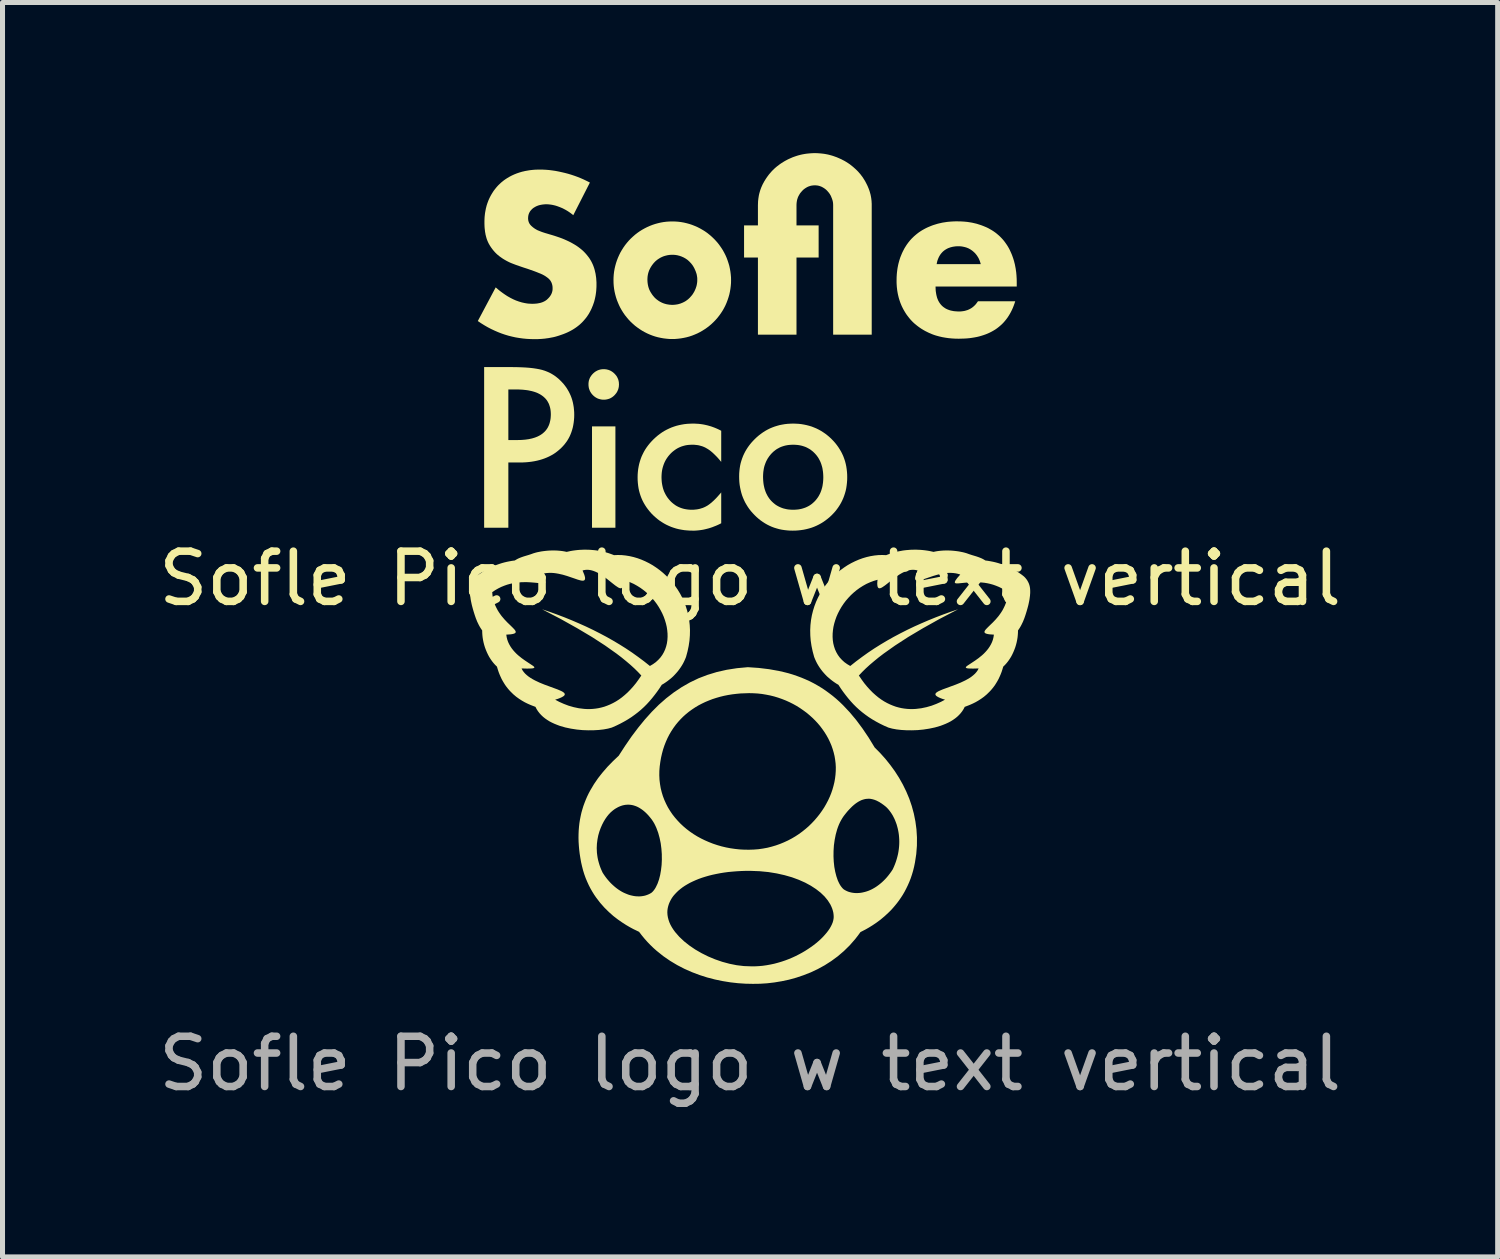
<source format=kicad_pcb>
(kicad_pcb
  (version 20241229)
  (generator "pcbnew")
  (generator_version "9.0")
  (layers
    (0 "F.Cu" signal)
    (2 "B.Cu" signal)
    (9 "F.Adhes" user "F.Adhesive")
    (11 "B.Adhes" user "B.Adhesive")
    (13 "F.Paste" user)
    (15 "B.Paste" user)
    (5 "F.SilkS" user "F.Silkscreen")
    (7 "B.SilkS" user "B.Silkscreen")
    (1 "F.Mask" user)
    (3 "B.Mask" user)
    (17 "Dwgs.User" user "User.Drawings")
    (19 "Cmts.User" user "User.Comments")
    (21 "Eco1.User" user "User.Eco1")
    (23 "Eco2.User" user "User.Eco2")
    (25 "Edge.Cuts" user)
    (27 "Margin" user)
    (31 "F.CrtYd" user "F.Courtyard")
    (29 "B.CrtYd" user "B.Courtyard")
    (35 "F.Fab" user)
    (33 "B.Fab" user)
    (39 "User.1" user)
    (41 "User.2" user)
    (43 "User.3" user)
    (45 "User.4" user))
  (footprint "Sofle Pico logo w text vertical"
    (layer "F.Cu")
    (at 11.887 8.271)
    (property "Reference" "Sofle Pico logo w text vertical" (at 0 0.2 0) (unlocked yes) (layer "F.SilkS") (effects (font (size 1 1) (thickness 0.15))))
    (attr smd)
    (fp_poly (pts (xy -1.55 -6.911) (xy -1.55 -6.911) (xy -1.55 -6.911)) (stroke (width -0.000001) (type solid)) (fill yes) (layer "F.SilkS"))
    (fp_poly (pts (xy -2.682 -0.812) (xy -3.148 -0.812) (xy -3.148 -2.83) (xy -2.682 -2.83)) (stroke (width -0.000001) (type solid)) (fill yes) (layer "F.SilkS"))
    (fp_poly (pts (xy -2.9 -3.969) (xy -2.885 -3.968) (xy -2.87 -3.966) (xy -2.855 -3.964) (xy -2.841 -3.96) (xy -2.826 -3.957) (xy -2.812 -3.952) (xy -2.799 -3.947) (xy -2.785 -3.941) (xy -2.772 -3.934) (xy -2.76 -3.927) (xy -2.747 -3.919) (xy -2.735 -3.91) (xy -2.723 -3.901) (xy -2.712 -3.891) (xy -2.7 -3.88) (xy -2.69 -3.869) (xy -2.68 -3.858) (xy -2.67 -3.846) (xy -2.661 -3.834) (xy -2.653 -3.822) (xy -2.646 -3.809) (xy -2.64 -3.796) (xy -2.634 -3.783) (xy -2.628 -3.77) (xy -2.624 -3.756) (xy -2.62 -3.742) (xy -2.617 -3.727) (xy -2.614 -3.713) (xy -2.613 -3.698) (xy -2.612 -3.682) (xy -2.611 -3.667) (xy -2.612 -3.651) (xy -2.613 -3.636) (xy -2.614 -3.621) (xy -2.617 -3.606) (xy -2.62 -3.591) (xy -2.624 -3.577) (xy -2.628 -3.563) (xy -2.634 -3.55) (xy -2.64 -3.536) (xy -2.646 -3.523) (xy -2.653 -3.511) (xy -2.661 -3.498) (xy -2.67 -3.486) (xy -2.68 -3.474) (xy -2.69 -3.462) (xy -2.7 -3.451) (xy -2.711 -3.44) (xy -2.723 -3.43) (xy -2.734 -3.421) (xy -2.746 -3.412) (xy -2.759 -3.404) (xy -2.771 -3.397) (xy -2.784 -3.39) (xy -2.797 -3.384) (xy -2.811 -3.379) (xy -2.825 -3.375) (xy -2.839 -3.371) (xy -2.853 -3.368) (xy -2.868 -3.365) (xy -2.883 -3.363) (xy -2.898 -3.362) (xy -2.914 -3.362) (xy -2.929 -3.362) (xy -2.945 -3.363) (xy -2.96 -3.365) (xy -2.975 -3.368) (xy -2.989 -3.371) (xy -3.003 -3.375) (xy -3.017 -3.379) (xy -3.031 -3.384) (xy -3.044 -3.39) (xy -3.057 -3.397) (xy -3.07 -3.404) (xy -3.082 -3.412) (xy -3.095 -3.421) (xy -3.106 -3.43) (xy -3.118 -3.44) (xy -3.129 -3.451) (xy -3.14 -3.462) (xy -3.15 -3.474) (xy -3.16 -3.486) (xy -3.168 -3.498) (xy -3.176 -3.511) (xy -3.184 -3.524) (xy -3.19 -3.537) (xy -3.196 -3.55) (xy -3.201 -3.564) (xy -3.206 -3.578) (xy -3.21 -3.592) (xy -3.213 -3.607) (xy -3.215 -3.622) (xy -3.217 -3.637) (xy -3.218 -3.653) (xy -3.218 -3.669) (xy -3.218 -3.684) (xy -3.217 -3.699) (xy -3.215 -3.713) (xy -3.213 -3.728) (xy -3.21 -3.742) (xy -3.206 -3.756) (xy -3.201 -3.769) (xy -3.196 -3.783) (xy -3.19 -3.796) (xy -3.184 -3.809) (xy -3.176 -3.821) (xy -3.168 -3.833) (xy -3.16 -3.845) (xy -3.15 -3.857) (xy -3.14 -3.869) (xy -3.129 -3.88) (xy -3.118 -3.891) (xy -3.106 -3.901) (xy -3.095 -3.91) (xy -3.083 -3.919) (xy -3.07 -3.927) (xy -3.057 -3.934) (xy -3.045 -3.941) (xy -3.031 -3.947) (xy -3.018 -3.952) (xy -3.004 -3.957) (xy -2.99 -3.96) (xy -2.976 -3.964) (xy -2.961 -3.966) (xy -2.946 -3.968) (xy -2.931 -3.969) (xy -2.916 -3.969)) (stroke (width -0.000001) (type solid)) (fill yes) (layer "F.SilkS"))
    (fp_poly (pts (xy -4.652 -4.01) (xy -4.561 -4.007) (xy -4.476 -4.003) (xy -4.397 -3.997) (xy -4.324 -3.989) (xy -4.257 -3.979) (xy -4.197 -3.968) (xy -4.142 -3.955) (xy -4.117 -3.947) (xy -4.091 -3.939) (xy -4.067 -3.93) (xy -4.042 -3.92) (xy -4.018 -3.91) (xy -3.994 -3.899) (xy -3.971 -3.887) (xy -3.948 -3.874) (xy -3.925 -3.86) (xy -3.903 -3.846) (xy -3.881 -3.831) (xy -3.86 -3.815) (xy -3.839 -3.798) (xy -3.818 -3.781) (xy -3.798 -3.762) (xy -3.778 -3.743) (xy -3.745 -3.709) (xy -3.713 -3.674) (xy -3.684 -3.637) (xy -3.657 -3.6) (xy -3.633 -3.561) (xy -3.61 -3.521) (xy -3.59 -3.481) (xy -3.571 -3.439) (xy -3.555 -3.396) (xy -3.541 -3.352) (xy -3.529 -3.306) (xy -3.52 -3.26) (xy -3.512 -3.213) (xy -3.507 -3.164) (xy -3.503 -3.114) (xy -3.502 -3.064) (xy -3.503 -3.01) (xy -3.507 -2.957) (xy -3.513 -2.905) (xy -3.521 -2.856) (xy -3.531 -2.807) (xy -3.544 -2.76) (xy -3.559 -2.714) (xy -3.576 -2.67) (xy -3.595 -2.627) (xy -3.617 -2.586) (xy -3.641 -2.546) (xy -3.668 -2.508) (xy -3.697 -2.47) (xy -3.728 -2.435) (xy -3.761 -2.401) (xy -3.797 -2.368) (xy -3.834 -2.337) (xy -3.873 -2.307) (xy -3.914 -2.28) (xy -3.956 -2.255) (xy -4 -2.232) (xy -4.046 -2.211) (xy -4.093 -2.192) (xy -4.142 -2.175) (xy -4.192 -2.16) (xy -4.244 -2.147) (xy -4.298 -2.136) (xy -4.353 -2.127) (xy -4.41 -2.12) (xy -4.468 -2.115) (xy -4.528 -2.112) (xy -4.59 -2.111) (xy -4.814 -2.111) (xy -4.814 -0.812) (xy -5.296 -0.812) (xy -5.296 -3.565) (xy -4.814 -3.565) (xy -4.814 -2.558) (xy -4.633 -2.558) (xy -4.553 -2.56) (xy -4.478 -2.566) (xy -4.407 -2.576) (xy -4.343 -2.59) (xy -4.312 -2.599) (xy -4.283 -2.608) (xy -4.255 -2.619) (xy -4.228 -2.63) (xy -4.203 -2.643) (xy -4.179 -2.656) (xy -4.156 -2.671) (xy -4.135 -2.686) (xy -4.115 -2.703) (xy -4.096 -2.72) (xy -4.078 -2.739) (xy -4.062 -2.758) (xy -4.047 -2.779) (xy -4.033 -2.8) (xy -4.021 -2.823) (xy -4.01 -2.846) (xy -4 -2.871) (xy -3.992 -2.896) (xy -3.985 -2.923) (xy -3.979 -2.95) (xy -3.974 -2.979) (xy -3.971 -3.008) (xy -3.969 -3.039) (xy -3.968 -3.07) (xy -3.969 -3.1) (xy -3.971 -3.13) (xy -3.974 -3.158) (xy -3.979 -3.186) (xy -3.985 -3.213) (xy -3.993 -3.238) (xy -4.001 -3.263) (xy -4.011 -3.287) (xy -4.023 -3.309) (xy -4.035 -3.331) (xy -4.049 -3.352) (xy -4.065 -3.372) (xy -4.082 -3.391) (xy -4.1 -3.408) (xy -4.119 -3.425) (xy -4.14 -3.441) (xy -4.162 -3.456) (xy -4.185 -3.47) (xy -4.21 -3.483) (xy -4.236 -3.496) (xy -4.264 -3.507) (xy -4.293 -3.517) (xy -4.323 -3.526) (xy -4.354 -3.534) (xy -4.387 -3.541) (xy -4.421 -3.548) (xy -4.457 -3.553) (xy -4.493 -3.557) (xy -4.532 -3.561) (xy -4.571 -3.563) (xy -4.612 -3.565) (xy -4.654 -3.565) (xy -4.814 -3.565) (xy -5.296 -3.565) (xy -5.296 -4.011) (xy -4.75 -4.011)) (stroke (width -0.000001) (type solid)) (fill yes) (layer "F.SilkS"))
    (fp_poly (pts (xy -1.101 -2.885) (xy -1.064 -2.883) (xy -1.027 -2.881) (xy -0.991 -2.877) (xy -0.955 -2.872) (xy -0.919 -2.866) (xy -0.883 -2.858) (xy -0.848 -2.85) (xy -0.813 -2.84) (xy -0.778 -2.83) (xy -0.744 -2.818) (xy -0.709 -2.805) (xy -0.675 -2.791) (xy -0.641 -2.776) (xy -0.608 -2.76) (xy -0.575 -2.743) (xy -0.575 -2.123) (xy -0.614 -2.17) (xy -0.633 -2.192) (xy -0.652 -2.213) (xy -0.671 -2.233) (xy -0.69 -2.252) (xy -0.708 -2.27) (xy -0.726 -2.287) (xy -0.744 -2.304) (xy -0.761 -2.319) (xy -0.778 -2.333) (xy -0.795 -2.347) (xy -0.812 -2.359) (xy -0.828 -2.37) (xy -0.845 -2.381) (xy -0.861 -2.39) (xy -0.876 -2.399) (xy -0.892 -2.408) (xy -0.909 -2.416) (xy -0.925 -2.423) (xy -0.942 -2.43) (xy -0.96 -2.436) (xy -0.978 -2.441) (xy -0.996 -2.446) (xy -1.014 -2.451) (xy -1.033 -2.455) (xy -1.052 -2.458) (xy -1.071 -2.46) (xy -1.091 -2.462) (xy -1.111 -2.464) (xy -1.132 -2.465) (xy -1.153 -2.465) (xy -1.185 -2.464) (xy -1.217 -2.462) (xy -1.248 -2.459) (xy -1.279 -2.454) (xy -1.308 -2.447) (xy -1.337 -2.439) (xy -1.366 -2.43) (xy -1.393 -2.419) (xy -1.42 -2.407) (xy -1.447 -2.393) (xy -1.472 -2.378) (xy -1.497 -2.361) (xy -1.521 -2.343) (xy -1.545 -2.324) (xy -1.568 -2.303) (xy -1.59 -2.281) (xy -1.611 -2.257) (xy -1.631 -2.233) (xy -1.649 -2.208) (xy -1.666 -2.183) (xy -1.682 -2.156) (xy -1.696 -2.129) (xy -1.709 -2.101) (xy -1.72 -2.073) (xy -1.73 -2.044) (xy -1.739 -2.014) (xy -1.747 -1.983) (xy -1.753 -1.952) (xy -1.758 -1.919) (xy -1.761 -1.887) (xy -1.763 -1.853) (xy -1.764 -1.819) (xy -1.763 -1.784) (xy -1.761 -1.749) (xy -1.758 -1.716) (xy -1.753 -1.683) (xy -1.747 -1.651) (xy -1.74 -1.62) (xy -1.732 -1.59) (xy -1.722 -1.56) (xy -1.711 -1.531) (xy -1.698 -1.504) (xy -1.684 -1.476) (xy -1.669 -1.45) (xy -1.653 -1.424) (xy -1.635 -1.4) (xy -1.616 -1.376) (xy -1.596 -1.353) (xy -1.574 -1.33) (xy -1.552 -1.31) (xy -1.529 -1.291) (xy -1.505 -1.273) (xy -1.481 -1.256) (xy -1.455 -1.241) (xy -1.43 -1.228) (xy -1.403 -1.216) (xy -1.375 -1.205) (xy -1.347 -1.196) (xy -1.318 -1.188) (xy -1.289 -1.182) (xy -1.258 -1.177) (xy -1.227 -1.173) (xy -1.196 -1.171) (xy -1.163 -1.17) (xy -1.142 -1.171) (xy -1.122 -1.171) (xy -1.101 -1.173) (xy -1.082 -1.175) (xy -1.062 -1.177) (xy -1.043 -1.18) (xy -1.024 -1.184) (xy -1.005 -1.188) (xy -0.987 -1.193) (xy -0.969 -1.199) (xy -0.951 -1.204) (xy -0.933 -1.211) (xy -0.916 -1.218) (xy -0.899 -1.226) (xy -0.883 -1.234) (xy -0.867 -1.243) (xy -0.851 -1.252) (xy -0.835 -1.262) (xy -0.819 -1.274) (xy -0.802 -1.286) (xy -0.785 -1.3) (xy -0.767 -1.314) (xy -0.75 -1.33) (xy -0.732 -1.346) (xy -0.713 -1.364) (xy -0.694 -1.383) (xy -0.675 -1.402) (xy -0.656 -1.423) (xy -0.636 -1.445) (xy -0.616 -1.468) (xy -0.595 -1.491) (xy -0.575 -1.516) (xy -0.575 -0.901) (xy -0.61 -0.883) (xy -0.646 -0.866) (xy -0.681 -0.851) (xy -0.717 -0.837) (xy -0.752 -0.823) (xy -0.788 -0.811) (xy -0.823 -0.8) (xy -0.858 -0.791) (xy -0.894 -0.782) (xy -0.929 -0.774) (xy -0.965 -0.768) (xy -1 -0.763) (xy -1.036 -0.759) (xy -1.071 -0.756) (xy -1.107 -0.754) (xy -1.142 -0.754) (xy -1.2 -0.755) (xy -1.257 -0.759) (xy -1.312 -0.764) (xy -1.367 -0.773) (xy -1.42 -0.783) (xy -1.472 -0.796) (xy -1.523 -0.812) (xy -1.572 -0.829) (xy -1.621 -0.85) (xy -1.668 -0.872) (xy -1.714 -0.897) (xy -1.758 -0.924) (xy -1.802 -0.953) (xy -1.844 -0.985) (xy -1.885 -1.02) (xy -1.925 -1.056) (xy -1.964 -1.095) (xy -1.999 -1.135) (xy -2.032 -1.176) (xy -2.063 -1.218) (xy -2.091 -1.261) (xy -2.117 -1.305) (xy -2.141 -1.351) (xy -2.162 -1.398) (xy -2.18 -1.445) (xy -2.196 -1.494) (xy -2.21 -1.545) (xy -2.221 -1.596) (xy -2.229 -1.648) (xy -2.235 -1.702) (xy -2.239 -1.757) (xy -2.24 -1.812) (xy -2.239 -1.868) (xy -2.235 -1.923) (xy -2.229 -1.977) (xy -2.22 -2.029) (xy -2.209 -2.081) (xy -2.195 -2.131) (xy -2.179 -2.181) (xy -2.161 -2.229) (xy -2.139 -2.276) (xy -2.116 -2.322) (xy -2.09 -2.367) (xy -2.061 -2.411) (xy -2.03 -2.453) (xy -1.996 -2.495) (xy -1.96 -2.535) (xy -1.921 -2.575) (xy -1.881 -2.612) (xy -1.839 -2.648) (xy -1.797 -2.68) (xy -1.753 -2.711) (xy -1.708 -2.739) (xy -1.662 -2.764) (xy -1.614 -2.787) (xy -1.566 -2.808) (xy -1.516 -2.826) (xy -1.466 -2.842) (xy -1.414 -2.855) (xy -1.361 -2.866) (xy -1.307 -2.875) (xy -1.252 -2.881) (xy -1.196 -2.884) (xy -1.138 -2.886)) (stroke (width -0.000001) (type solid)) (fill yes) (layer "F.SilkS"))
    (fp_poly (pts (xy 0.913 -2.884) (xy 0.968 -2.881) (xy 1.021 -2.875) (xy 1.074 -2.866) (xy 1.126 -2.855) (xy 1.176 -2.842) (xy 1.226 -2.827) (xy 1.274 -2.808) (xy 1.322 -2.788) (xy 1.368 -2.765) (xy 1.413 -2.74) (xy 1.457 -2.712) (xy 1.501 -2.682) (xy 1.543 -2.649) (xy 1.584 -2.614) (xy 1.623 -2.577) (xy 1.661 -2.538) (xy 1.696 -2.498) (xy 1.729 -2.456) (xy 1.759 -2.414) (xy 1.787 -2.37) (xy 1.813 -2.326) (xy 1.836 -2.28) (xy 1.857 -2.233) (xy 1.875 -2.185) (xy 1.891 -2.136) (xy 1.904 -2.086) (xy 1.915 -2.035) (xy 1.923 -1.982) (xy 1.929 -1.929) (xy 1.933 -1.874) (xy 1.934 -1.819) (xy 1.933 -1.763) (xy 1.929 -1.708) (xy 1.923 -1.654) (xy 1.915 -1.601) (xy 1.904 -1.549) (xy 1.89 -1.499) (xy 1.874 -1.45) (xy 1.856 -1.402) (xy 1.835 -1.355) (xy 1.812 -1.309) (xy 1.786 -1.264) (xy 1.758 -1.221) (xy 1.728 -1.179) (xy 1.695 -1.137) (xy 1.659 -1.097) (xy 1.621 -1.058) (xy 1.581 -1.021) (xy 1.54 -0.987) (xy 1.498 -0.955) (xy 1.455 -0.925) (xy 1.411 -0.898) (xy 1.365 -0.873) (xy 1.318 -0.85) (xy 1.271 -0.83) (xy 1.222 -0.812) (xy 1.172 -0.797) (xy 1.121 -0.784) (xy 1.069 -0.773) (xy 1.015 -0.765) (xy 0.961 -0.759) (xy 0.905 -0.755) (xy 0.849 -0.754) (xy 0.792 -0.755) (xy 0.738 -0.759) (xy 0.684 -0.765) (xy 0.631 -0.773) (xy 0.579 -0.784) (xy 0.529 -0.798) (xy 0.48 -0.813) (xy 0.432 -0.831) (xy 0.385 -0.852) (xy 0.339 -0.875) (xy 0.294 -0.901) (xy 0.251 -0.929) (xy 0.208 -0.959) (xy 0.167 -0.992) (xy 0.127 -1.027) (xy 0.088 -1.065) (xy 0.051 -1.104) (xy 0.016 -1.144) (xy -0.016 -1.185) (xy -0.046 -1.228) (xy -0.073 -1.272) (xy -0.099 -1.317) (xy -0.121 -1.363) (xy -0.142 -1.411) (xy -0.16 -1.459) (xy -0.175 -1.509) (xy -0.188 -1.561) (xy -0.199 -1.613) (xy -0.208 -1.667) (xy -0.214 -1.722) (xy -0.217 -1.778) (xy -0.218 -1.827) (xy 0.258 -1.827) (xy 0.259 -1.79) (xy 0.261 -1.753) (xy 0.264 -1.718) (xy 0.268 -1.684) (xy 0.274 -1.65) (xy 0.281 -1.618) (xy 0.289 -1.586) (xy 0.299 -1.556) (xy 0.309 -1.527) (xy 0.321 -1.498) (xy 0.335 -1.471) (xy 0.349 -1.444) (xy 0.365 -1.419) (xy 0.382 -1.394) (xy 0.4 -1.371) (xy 0.42 -1.348) (xy 0.441 -1.327) (xy 0.463 -1.307) (xy 0.486 -1.288) (xy 0.509 -1.27) (xy 0.534 -1.254) (xy 0.559 -1.24) (xy 0.585 -1.227) (xy 0.612 -1.215) (xy 0.64 -1.204) (xy 0.668 -1.195) (xy 0.698 -1.188) (xy 0.728 -1.181) (xy 0.759 -1.176) (xy 0.791 -1.173) (xy 0.823 -1.171) (xy 0.857 -1.17) (xy 0.891 -1.171) (xy 0.924 -1.173) (xy 0.956 -1.176) (xy 0.987 -1.181) (xy 1.017 -1.187) (xy 1.047 -1.195) (xy 1.075 -1.204) (xy 1.103 -1.214) (xy 1.13 -1.226) (xy 1.156 -1.239) (xy 1.181 -1.253) (xy 1.205 -1.269) (xy 1.229 -1.286) (xy 1.251 -1.305) (xy 1.273 -1.325) (xy 1.294 -1.346) (xy 1.314 -1.369) (xy 1.332 -1.392) (xy 1.35 -1.417) (xy 1.366 -1.442) (xy 1.38 -1.468) (xy 1.394 -1.495) (xy 1.406 -1.523) (xy 1.417 -1.552) (xy 1.426 -1.582) (xy 1.435 -1.613) (xy 1.442 -1.644) (xy 1.447 -1.677) (xy 1.452 -1.71) (xy 1.455 -1.745) (xy 1.457 -1.78) (xy 1.458 -1.817) (xy 1.457 -1.853) (xy 1.455 -1.888) (xy 1.452 -1.923) (xy 1.447 -1.956) (xy 1.442 -1.989) (xy 1.435 -2.021) (xy 1.426 -2.051) (xy 1.417 -2.081) (xy 1.406 -2.11) (xy 1.394 -2.138) (xy 1.38 -2.165) (xy 1.366 -2.191) (xy 1.35 -2.217) (xy 1.332 -2.241) (xy 1.314 -2.264) (xy 1.294 -2.287) (xy 1.273 -2.308) (xy 1.251 -2.329) (xy 1.228 -2.347) (xy 1.205 -2.365) (xy 1.18 -2.381) (xy 1.155 -2.395) (xy 1.129 -2.409) (xy 1.102 -2.421) (xy 1.074 -2.431) (xy 1.046 -2.44) (xy 1.016 -2.448) (xy 0.986 -2.454) (xy 0.955 -2.459) (xy 0.923 -2.462) (xy 0.89 -2.464) (xy 0.857 -2.465) (xy 0.824 -2.464) (xy 0.792 -2.462) (xy 0.76 -2.459) (xy 0.73 -2.454) (xy 0.7 -2.448) (xy 0.671 -2.44) (xy 0.643 -2.431) (xy 0.615 -2.421) (xy 0.588 -2.409) (xy 0.563 -2.395) (xy 0.537 -2.381) (xy 0.513 -2.365) (xy 0.49 -2.347) (xy 0.467 -2.329) (xy 0.445 -2.308) (xy 0.424 -2.287) (xy 0.404 -2.264) (xy 0.385 -2.241) (xy 0.368 -2.216) (xy 0.351 -2.191) (xy 0.337 -2.165) (xy 0.323 -2.139) (xy 0.311 -2.111) (xy 0.3 -2.083) (xy 0.29 -2.054) (xy 0.281 -2.024) (xy 0.274 -1.993) (xy 0.269 -1.961) (xy 0.264 -1.929) (xy 0.261 -1.896) (xy 0.259 -1.862) (xy 0.258 -1.827) (xy 0.258 -1.827) (xy -0.218 -1.827) (xy -0.218 -1.835) (xy -0.218 -1.835) (xy -0.218 -1.835) (xy -0.218 -1.835) (xy -0.217 -1.889) (xy -0.213 -1.942) (xy -0.207 -1.995) (xy -0.199 -2.046) (xy -0.188 -2.096) (xy -0.174 -2.145) (xy -0.158 -2.193) (xy -0.14 -2.24) (xy -0.119 -2.286) (xy -0.096 -2.331) (xy -0.07 -2.375) (xy -0.042 -2.418) (xy -0.012 -2.459) (xy 0.021 -2.5) (xy 0.057 -2.54) (xy 0.095 -2.579) (xy 0.134 -2.616) (xy 0.175 -2.651) (xy 0.217 -2.683) (xy 0.259 -2.713) (xy 0.303 -2.741) (xy 0.348 -2.766) (xy 0.394 -2.789) (xy 0.442 -2.809) (xy 0.49 -2.827) (xy 0.539 -2.842) (xy 0.589 -2.856) (xy 0.641 -2.866) (xy 0.693 -2.875) (xy 0.747 -2.881) (xy 0.801 -2.884) (xy 0.857 -2.886)) (stroke (width -0.000001) (type solid)) (fill yes) (layer "F.SilkS"))
    (fp_poly (pts (xy 1.318 -8.271) (xy 1.346 -8.27) (xy 1.374 -8.268) (xy 1.402 -8.266) (xy 1.43 -8.263) (xy 1.457 -8.26) (xy 1.485 -8.256) (xy 1.512 -8.251) (xy 1.539 -8.246) (xy 1.566 -8.24) (xy 1.592 -8.233) (xy 1.618 -8.226) (xy 1.645 -8.218) (xy 1.671 -8.209) (xy 1.696 -8.2) (xy 1.722 -8.191) (xy 1.748 -8.18) (xy 1.773 -8.169) (xy 1.798 -8.158) (xy 1.822 -8.147) (xy 1.846 -8.134) (xy 1.87 -8.122) (xy 1.893 -8.109) (xy 1.916 -8.095) (xy 1.938 -8.081) (xy 1.96 -8.067) (xy 1.982 -8.052) (xy 2.003 -8.036) (xy 2.023 -8.02) (xy 2.043 -8.004) (xy 2.063 -7.987) (xy 2.082 -7.97) (xy 2.102 -7.952) (xy 2.121 -7.934) (xy 2.139 -7.916) (xy 2.157 -7.897) (xy 2.174 -7.877) (xy 2.191 -7.858) (xy 2.207 -7.838) (xy 2.222 -7.817) (xy 2.238 -7.796) (xy 2.252 -7.775) (xy 2.266 -7.753) (xy 2.28 -7.731) (xy 2.293 -7.709) (xy 2.305 -7.686) (xy 2.317 -7.663) (xy 2.329 -7.639) (xy 2.34 -7.616) (xy 2.35 -7.592) (xy 2.36 -7.568) (xy 2.369 -7.544) (xy 2.378 -7.519) (xy 2.385 -7.495) (xy 2.392 -7.47) (xy 2.399 -7.445) (xy 2.404 -7.42) (xy 2.409 -7.394) (xy 2.413 -7.368) (xy 2.416 -7.342) (xy 2.419 -7.316) (xy 2.42 -7.29) (xy 2.422 -7.263) (xy 2.422 -7.236) (xy 2.422 -4.656) (xy 1.654 -4.656) (xy 1.654 -7.236) (xy 1.654 -7.245) (xy 1.653 -7.255) (xy 1.653 -7.264) (xy 1.652 -7.274) (xy 1.651 -7.283) (xy 1.65 -7.292) (xy 1.648 -7.301) (xy 1.647 -7.31) (xy 1.645 -7.319) (xy 1.642 -7.328) (xy 1.64 -7.337) (xy 1.637 -7.346) (xy 1.634 -7.354) (xy 1.631 -7.363) (xy 1.628 -7.372) (xy 1.624 -7.38) (xy 1.621 -7.389) (xy 1.617 -7.398) (xy 1.614 -7.407) (xy 1.61 -7.415) (xy 1.606 -7.424) (xy 1.602 -7.432) (xy 1.597 -7.44) (xy 1.592 -7.448) (xy 1.588 -7.456) (xy 1.582 -7.464) (xy 1.577 -7.471) (xy 1.572 -7.479) (xy 1.566 -7.486) (xy 1.56 -7.493) (xy 1.554 -7.5) (xy 1.548 -7.507) (xy 1.542 -7.514) (xy 1.536 -7.521) (xy 1.53 -7.527) (xy 1.523 -7.534) (xy 1.517 -7.54) (xy 1.51 -7.546) (xy 1.503 -7.552) (xy 1.496 -7.557) (xy 1.489 -7.563) (xy 1.481 -7.568) (xy 1.474 -7.573) (xy 1.466 -7.578) (xy 1.458 -7.583) (xy 1.45 -7.588) (xy 1.442 -7.592) (xy 1.433 -7.597) (xy 1.425 -7.601) (xy 1.417 -7.605) (xy 1.409 -7.608) (xy 1.4 -7.611) (xy 1.392 -7.614) (xy 1.383 -7.617) (xy 1.374 -7.62) (xy 1.365 -7.622) (xy 1.356 -7.624) (xy 1.347 -7.626) (xy 1.338 -7.627) (xy 1.328 -7.628) (xy 1.319 -7.629) (xy 1.309 -7.63) (xy 1.299 -7.63) (xy 1.289 -7.63) (xy 1.279 -7.63) (xy 1.269 -7.63) (xy 1.259 -7.629) (xy 1.25 -7.628) (xy 1.24 -7.627) (xy 1.23 -7.626) (xy 1.221 -7.624) (xy 1.212 -7.622) (xy 1.202 -7.62) (xy 1.193 -7.617) (xy 1.184 -7.614) (xy 1.175 -7.611) (xy 1.166 -7.608) (xy 1.158 -7.605) (xy 1.149 -7.601) (xy 1.141 -7.597) (xy 1.132 -7.592) (xy 1.124 -7.588) (xy 1.116 -7.583) (xy 1.108 -7.578) (xy 1.1 -7.573) (xy 1.093 -7.568) (xy 1.085 -7.563) (xy 1.078 -7.557) (xy 1.071 -7.552) (xy 1.064 -7.546) (xy 1.057 -7.54) (xy 1.051 -7.534) (xy 1.044 -7.527) (xy 1.038 -7.521) (xy 1.032 -7.514) (xy 1.026 -7.507) (xy 1.02 -7.501) (xy 1.015 -7.494) (xy 1.009 -7.488) (xy 1.004 -7.481) (xy 0.998 -7.474) (xy 0.993 -7.466) (xy 0.988 -7.459) (xy 0.984 -7.451) (xy 0.979 -7.443) (xy 0.974 -7.436) (xy 0.97 -7.427) (xy 0.966 -7.419) (xy 0.961 -7.411) (xy 0.957 -7.402) (xy 0.953 -7.393) (xy 0.95 -7.384) (xy 0.947 -7.375) (xy 0.944 -7.366) (xy 0.941 -7.357) (xy 0.938 -7.348) (xy 0.936 -7.339) (xy 0.934 -7.33) (xy 0.932 -7.32) (xy 0.931 -7.311) (xy 0.929 -7.302) (xy 0.928 -7.293) (xy 0.927 -7.283) (xy 0.926 -7.274) (xy 0.925 -7.264) (xy 0.925 -7.255) (xy 0.924 -7.245) (xy 0.924 -7.236) (xy 0.924 -6.833) (xy 1.365 -6.833) (xy 1.365 -6.192) (xy 0.924 -6.192) (xy 0.924 -4.656) (xy 0.156 -4.656) (xy 0.156 -6.192) (xy -0.12 -6.192) (xy -0.12 -6.833) (xy 0.156 -6.833) (xy 0.156 -7.236) (xy 0.157 -7.263) (xy 0.158 -7.29) (xy 0.159 -7.316) (xy 0.162 -7.342) (xy 0.165 -7.368) (xy 0.169 -7.394) (xy 0.173 -7.42) (xy 0.178 -7.445) (xy 0.184 -7.47) (xy 0.191 -7.495) (xy 0.198 -7.519) (xy 0.206 -7.544) (xy 0.215 -7.568) (xy 0.224 -7.592) (xy 0.235 -7.616) (xy 0.245 -7.639) (xy 0.257 -7.663) (xy 0.27 -7.686) (xy 0.282 -7.709) (xy 0.296 -7.731) (xy 0.309 -7.753) (xy 0.324 -7.775) (xy 0.338 -7.796) (xy 0.354 -7.817) (xy 0.369 -7.838) (xy 0.385 -7.858) (xy 0.402 -7.877) (xy 0.419 -7.897) (xy 0.436 -7.916) (xy 0.454 -7.934) (xy 0.473 -7.952) (xy 0.491 -7.97) (xy 0.511 -7.987) (xy 0.531 -8.004) (xy 0.552 -8.02) (xy 0.573 -8.036) (xy 0.594 -8.052) (xy 0.616 -8.067) (xy 0.638 -8.081) (xy 0.66 -8.095) (xy 0.683 -8.109) (xy 0.706 -8.122) (xy 0.729 -8.134) (xy 0.753 -8.147) (xy 0.777 -8.158) (xy 0.802 -8.169) (xy 0.827 -8.18) (xy 0.852 -8.191) (xy 0.878 -8.2) (xy 0.904 -8.209) (xy 0.931 -8.218) (xy 0.957 -8.226) (xy 0.984 -8.233) (xy 1.011 -8.24) (xy 1.038 -8.246) (xy 1.065 -8.251) (xy 1.093 -8.256) (xy 1.12 -8.26) (xy 1.148 -8.263) (xy 1.176 -8.266) (xy 1.204 -8.268) (xy 1.232 -8.27) (xy 1.26 -8.271) (xy 1.289 -8.271)) (stroke (width -0.000001) (type solid)) (fill yes) (layer "F.SilkS"))
    (fp_poly (pts (xy 4.194 -6.912) (xy 4.261 -6.908) (xy 4.293 -6.905) (xy 4.325 -6.902) (xy 4.357 -6.897) (xy 4.388 -6.892) (xy 4.419 -6.887) (xy 4.449 -6.88) (xy 4.479 -6.873) (xy 4.509 -6.866) (xy 4.538 -6.857) (xy 4.566 -6.848) (xy 4.595 -6.839) (xy 4.622 -6.829) (xy 4.65 -6.818) (xy 4.677 -6.807) (xy 4.703 -6.796) (xy 4.729 -6.784) (xy 4.754 -6.771) (xy 4.778 -6.757) (xy 4.803 -6.743) (xy 4.826 -6.729) (xy 4.849 -6.714) (xy 4.872 -6.698) (xy 4.894 -6.682) (xy 4.915 -6.665) (xy 4.936 -6.647) (xy 4.957 -6.629) (xy 4.977 -6.61) (xy 4.996 -6.591) (xy 5.015 -6.571) (xy 5.033 -6.551) (xy 5.051 -6.53) (xy 5.068 -6.508) (xy 5.084 -6.486) (xy 5.1 -6.463) (xy 5.116 -6.44) (xy 5.131 -6.416) (xy 5.145 -6.392) (xy 5.159 -6.367) (xy 5.172 -6.341) (xy 5.184 -6.315) (xy 5.196 -6.288) (xy 5.208 -6.261) (xy 5.219 -6.233) (xy 5.229 -6.205) (xy 5.239 -6.177) (xy 5.248 -6.148) (xy 5.257 -6.118) (xy 5.264 -6.089) (xy 5.272 -6.059) (xy 5.278 -6.028) (xy 5.284 -5.997) (xy 5.29 -5.965) (xy 5.294 -5.933) (xy 5.299 -5.901) (xy 5.302 -5.868) (xy 5.305 -5.834) (xy 5.307 -5.8) (xy 5.309 -5.766) (xy 5.31 -5.696) (xy 5.31 -5.615) (xy 3.693 -5.615) (xy 3.695 -5.555) (xy 3.697 -5.526) (xy 3.701 -5.499) (xy 3.705 -5.472) (xy 3.71 -5.446) (xy 3.716 -5.422) (xy 3.722 -5.398) (xy 3.73 -5.375) (xy 3.739 -5.353) (xy 3.748 -5.332) (xy 3.759 -5.313) (xy 3.77 -5.294) (xy 3.783 -5.276) (xy 3.796 -5.259) (xy 3.81 -5.243) (xy 3.825 -5.228) (xy 3.841 -5.214) (xy 3.858 -5.201) (xy 3.876 -5.189) (xy 3.894 -5.177) (xy 3.914 -5.167) (xy 3.934 -5.158) (xy 3.956 -5.15) (xy 3.978 -5.142) (xy 4.001 -5.136) (xy 4.026 -5.131) (xy 4.051 -5.126) (xy 4.077 -5.123) (xy 4.103 -5.121) (xy 4.131 -5.119) (xy 4.16 -5.119) (xy 4.191 -5.119) (xy 4.221 -5.122) (xy 4.25 -5.126) (xy 4.277 -5.131) (xy 4.304 -5.139) (xy 4.33 -5.147) (xy 4.356 -5.158) (xy 4.38 -5.17) (xy 4.403 -5.183) (xy 4.425 -5.198) (xy 4.446 -5.215) (xy 4.466 -5.233) (xy 4.486 -5.253) (xy 4.504 -5.275) (xy 4.521 -5.298) (xy 4.538 -5.322) (xy 5.28 -5.322) (xy 5.265 -5.276) (xy 5.249 -5.232) (xy 5.232 -5.189) (xy 5.213 -5.147) (xy 5.193 -5.107) (xy 5.172 -5.069) (xy 5.149 -5.031) (xy 5.126 -4.996) (xy 5.1 -4.961) (xy 5.074 -4.929) (xy 5.046 -4.897) (xy 5.017 -4.867) (xy 4.986 -4.839) (xy 4.954 -4.812) (xy 4.921 -4.786) (xy 4.887 -4.762) (xy 4.851 -4.74) (xy 4.814 -4.719) (xy 4.775 -4.699) (xy 4.736 -4.681) (xy 4.694 -4.664) (xy 4.652 -4.649) (xy 4.608 -4.635) (xy 4.563 -4.622) (xy 4.517 -4.611) (xy 4.469 -4.602) (xy 4.42 -4.594) (xy 4.37 -4.587) (xy 4.318 -4.582) (xy 4.266 -4.579) (xy 4.156 -4.576) (xy 4.088 -4.577) (xy 4.021 -4.581) (xy 3.955 -4.587) (xy 3.892 -4.596) (xy 3.829 -4.607) (xy 3.768 -4.621) (xy 3.709 -4.637) (xy 3.68 -4.646) (xy 3.651 -4.656) (xy 3.622 -4.667) (xy 3.595 -4.679) (xy 3.567 -4.69) (xy 3.54 -4.703) (xy 3.514 -4.716) (xy 3.488 -4.729) (xy 3.463 -4.743) (xy 3.438 -4.758) (xy 3.413 -4.773) (xy 3.389 -4.789) (xy 3.366 -4.805) (xy 3.343 -4.822) (xy 3.321 -4.839) (xy 3.299 -4.857) (xy 3.277 -4.875) (xy 3.256 -4.894) (xy 3.236 -4.913) (xy 3.217 -4.933) (xy 3.198 -4.953) (xy 3.18 -4.974) (xy 3.163 -4.995) (xy 3.146 -5.017) (xy 3.129 -5.039) (xy 3.113 -5.061) (xy 3.098 -5.084) (xy 3.083 -5.108) (xy 3.069 -5.132) (xy 3.055 -5.156) (xy 3.042 -5.181) (xy 3.029 -5.207) (xy 3.017 -5.232) (xy 3.006 -5.259) (xy 2.995 -5.285) (xy 2.985 -5.313) (xy 2.976 -5.34) (xy 2.967 -5.368) (xy 2.959 -5.396) (xy 2.952 -5.425) (xy 2.945 -5.454) (xy 2.939 -5.484) (xy 2.934 -5.513) (xy 2.929 -5.544) (xy 2.926 -5.574) (xy 2.922 -5.606) (xy 2.92 -5.637) (xy 2.918 -5.669) (xy 2.917 -5.701) (xy 2.917 -5.734) (xy 2.918 -5.801) (xy 2.92 -5.834) (xy 2.922 -5.866) (xy 2.925 -5.898) (xy 2.929 -5.93) (xy 2.933 -5.961) (xy 2.938 -5.992) (xy 2.944 -6.022) (xy 2.95 -6.052) (xy 2.952 -6.061) (xy 3.715 -6.061) (xy 4.593 -6.061) (xy 4.588 -6.081) (xy 4.582 -6.1) (xy 4.576 -6.119) (xy 4.569 -6.137) (xy 4.561 -6.155) (xy 4.553 -6.173) (xy 4.544 -6.19) (xy 4.534 -6.206) (xy 4.524 -6.222) (xy 4.514 -6.237) (xy 4.502 -6.252) (xy 4.49 -6.267) (xy 4.478 -6.281) (xy 4.464 -6.294) (xy 4.45 -6.307) (xy 4.436 -6.319) (xy 4.421 -6.331) (xy 4.405 -6.342) (xy 4.389 -6.353) (xy 4.373 -6.362) (xy 4.357 -6.371) (xy 4.34 -6.379) (xy 4.322 -6.386) (xy 4.304 -6.393) (xy 4.286 -6.398) (xy 4.267 -6.403) (xy 4.248 -6.407) (xy 4.229 -6.411) (xy 4.209 -6.414) (xy 4.189 -6.416) (xy 4.168 -6.417) (xy 4.147 -6.417) (xy 4.125 -6.417) (xy 4.104 -6.416) (xy 4.083 -6.414) (xy 4.062 -6.411) (xy 4.042 -6.408) (xy 4.023 -6.404) (xy 4.004 -6.399) (xy 3.985 -6.394) (xy 3.967 -6.387) (xy 3.949 -6.381) (xy 3.932 -6.373) (xy 3.916 -6.365) (xy 3.9 -6.355) (xy 3.884 -6.346) (xy 3.869 -6.335) (xy 3.855 -6.324) (xy 3.841 -6.312) (xy 3.828 -6.299) (xy 3.816 -6.286) (xy 3.804 -6.272) (xy 3.793 -6.258) (xy 3.783 -6.243) (xy 3.773 -6.227) (xy 3.764 -6.211) (xy 3.756 -6.195) (xy 3.748 -6.177) (xy 3.741 -6.159) (xy 3.734 -6.141) (xy 3.728 -6.122) (xy 3.723 -6.102) (xy 3.719 -6.082) (xy 3.715 -6.061) (xy 2.952 -6.061) (xy 2.957 -6.081) (xy 2.965 -6.11) (xy 2.973 -6.139) (xy 2.982 -6.167) (xy 2.991 -6.195) (xy 3.002 -6.222) (xy 3.013 -6.249) (xy 3.024 -6.276) (xy 3.036 -6.302) (xy 3.049 -6.328) (xy 3.062 -6.353) (xy 3.075 -6.378) (xy 3.09 -6.402) (xy 3.105 -6.426) (xy 3.12 -6.449) (xy 3.136 -6.471) (xy 3.152 -6.493) (xy 3.17 -6.515) (xy 3.187 -6.536) (xy 3.205 -6.556) (xy 3.224 -6.576) (xy 3.244 -6.595) (xy 3.263 -6.614) (xy 3.284 -6.632) (xy 3.305 -6.65) (xy 3.326 -6.667) (xy 3.348 -6.684) (xy 3.37 -6.7) (xy 3.393 -6.715) (xy 3.416 -6.73) (xy 3.44 -6.744) (xy 3.465 -6.758) (xy 3.489 -6.771) (xy 3.515 -6.784) (xy 3.541 -6.796) (xy 3.567 -6.807) (xy 3.594 -6.818) (xy 3.621 -6.829) (xy 3.649 -6.839) (xy 3.678 -6.848) (xy 3.707 -6.857) (xy 3.737 -6.866) (xy 3.767 -6.873) (xy 3.798 -6.88) (xy 3.828 -6.887) (xy 3.86 -6.892) (xy 3.892 -6.897) (xy 3.924 -6.902) (xy 3.956 -6.905) (xy 3.99 -6.908) (xy 4.023 -6.91) (xy 4.057 -6.912) (xy 4.091 -6.913) (xy 4.126 -6.913)) (stroke (width -0.000001) (type solid)) (fill yes) (layer "F.SilkS"))
    (fp_poly (pts (xy -1.492 -6.91) (xy -1.434 -6.906) (xy -1.377 -6.899) (xy -1.32 -6.889) (xy -1.264 -6.876) (xy -1.209 -6.861) (xy -1.155 -6.843) (xy -1.102 -6.822) (xy -1.049 -6.799) (xy -0.998 -6.773) (xy -0.949 -6.745) (xy -0.9 -6.715) (xy -0.853 -6.682) (xy -0.808 -6.646) (xy -0.764 -6.608) (xy -0.722 -6.568) (xy -0.682 -6.526) (xy -0.644 -6.483) (xy -0.609 -6.437) (xy -0.576 -6.39) (xy -0.545 -6.342) (xy -0.517 -6.292) (xy -0.491 -6.241) (xy -0.468 -6.189) (xy -0.448 -6.135) (xy -0.43 -6.081) (xy -0.414 -6.026) (xy -0.402 -5.97) (xy -0.392 -5.913) (xy -0.385 -5.856) (xy -0.38 -5.799) (xy -0.379 -5.741) (xy -0.38 -5.683) (xy -0.385 -5.625) (xy -0.392 -5.568) (xy -0.402 -5.511) (xy -0.414 -5.455) (xy -0.43 -5.4) (xy -0.448 -5.346) (xy -0.468 -5.293) (xy -0.491 -5.24) (xy -0.517 -5.189) (xy -0.545 -5.139) (xy -0.576 -5.091) (xy -0.609 -5.044) (xy -0.644 -4.999) (xy -0.682 -4.955) (xy -0.722 -4.913) (xy -0.764 -4.873) (xy -0.808 -4.835) (xy -0.853 -4.8) (xy -0.9 -4.767) (xy -0.949 -4.736) (xy -0.998 -4.708) (xy -1.049 -4.682) (xy -1.102 -4.659) (xy -1.155 -4.638) (xy -1.209 -4.62) (xy -1.264 -4.605) (xy -1.32 -4.593) (xy -1.377 -4.583) (xy -1.434 -4.576) (xy -1.492 -4.571) (xy -1.55 -4.57) (xy -1.608 -4.571) (xy -1.665 -4.576) (xy -1.723 -4.583) (xy -1.779 -4.593) (xy -1.835 -4.605) (xy -1.89 -4.62) (xy -1.944 -4.638) (xy -1.998 -4.659) (xy -2.05 -4.682) (xy -2.101 -4.708) (xy -2.151 -4.736) (xy -2.199 -4.767) (xy -2.246 -4.8) (xy -2.292 -4.835) (xy -2.335 -4.873) (xy -2.378 -4.913) (xy -2.418 -4.955) (xy -2.455 -4.999) (xy -2.491 -5.044) (xy -2.524 -5.091) (xy -2.554 -5.139) (xy -2.583 -5.189) (xy -2.608 -5.24) (xy -2.631 -5.293) (xy -2.652 -5.346) (xy -2.67 -5.4) (xy -2.685 -5.455) (xy -2.698 -5.511) (xy -2.708 -5.568) (xy -2.715 -5.625) (xy -2.719 -5.683) (xy -2.72 -5.741) (xy -2.72 -5.755) (xy -2.045 -5.755) (xy -2.044 -5.741) (xy -2.044 -5.728) (xy -2.043 -5.714) (xy -2.042 -5.701) (xy -2.041 -5.688) (xy -2.039 -5.675) (xy -2.037 -5.662) (xy -2.035 -5.649) (xy -2.032 -5.636) (xy -2.03 -5.624) (xy -2.026 -5.611) (xy -2.023 -5.599) (xy -2.019 -5.587) (xy -2.015 -5.575) (xy -2.011 -5.563) (xy -2.006 -5.552) (xy -2.001 -5.54) (xy -1.995 -5.53) (xy -1.99 -5.519) (xy -1.984 -5.508) (xy -1.978 -5.498) (xy -1.972 -5.488) (xy -1.965 -5.478) (xy -1.959 -5.468) (xy -1.952 -5.458) (xy -1.945 -5.448) (xy -1.938 -5.439) (xy -1.931 -5.43) (xy -1.923 -5.421) (xy -1.916 -5.412) (xy -1.908 -5.403) (xy -1.9 -5.394) (xy -1.892 -5.386) (xy -1.883 -5.378) (xy -1.874 -5.37) (xy -1.865 -5.362) (xy -1.856 -5.355) (xy -1.846 -5.348) (xy -1.837 -5.341) (xy -1.827 -5.334) (xy -1.817 -5.327) (xy -1.807 -5.321) (xy -1.797 -5.315) (xy -1.787 -5.309) (xy -1.776 -5.304) (xy -1.765 -5.298) (xy -1.754 -5.293) (xy -1.743 -5.288) (xy -1.732 -5.284) (xy -1.72 -5.279) (xy -1.708 -5.275) (xy -1.696 -5.272) (xy -1.684 -5.268) (xy -1.672 -5.265) (xy -1.66 -5.262) (xy -1.648 -5.26) (xy -1.636 -5.258) (xy -1.623 -5.256) (xy -1.611 -5.254) (xy -1.599 -5.253) (xy -1.586 -5.252) (xy -1.573 -5.251) (xy -1.561 -5.25) (xy -1.548 -5.25) (xy -1.535 -5.25) (xy -1.523 -5.251) (xy -1.51 -5.252) (xy -1.498 -5.253) (xy -1.486 -5.254) (xy -1.474 -5.256) (xy -1.461 -5.258) (xy -1.449 -5.26) (xy -1.438 -5.262) (xy -1.426 -5.265) (xy -1.414 -5.268) (xy -1.403 -5.272) (xy -1.391 -5.275) (xy -1.38 -5.279) (xy -1.368 -5.284) (xy -1.357 -5.288) (xy -1.346 -5.293) (xy -1.334 -5.298) (xy -1.323 -5.304) (xy -1.312 -5.309) (xy -1.302 -5.315) (xy -1.291 -5.321) (xy -1.281 -5.327) (xy -1.271 -5.334) (xy -1.262 -5.341) (xy -1.252 -5.348) (xy -1.243 -5.355) (xy -1.234 -5.362) (xy -1.225 -5.37) (xy -1.217 -5.378) (xy -1.208 -5.386) (xy -1.2 -5.394) (xy -1.192 -5.403) (xy -1.184 -5.412) (xy -1.176 -5.421) (xy -1.168 -5.43) (xy -1.161 -5.439) (xy -1.153 -5.448) (xy -1.146 -5.458) (xy -1.14 -5.468) (xy -1.133 -5.478) (xy -1.127 -5.488) (xy -1.121 -5.498) (xy -1.115 -5.508) (xy -1.109 -5.519) (xy -1.104 -5.53) (xy -1.099 -5.54) (xy -1.094 -5.552) (xy -1.089 -5.563) (xy -1.084 -5.575) (xy -1.08 -5.587) (xy -1.076 -5.599) (xy -1.072 -5.611) (xy -1.068 -5.623) (xy -1.065 -5.636) (xy -1.062 -5.648) (xy -1.06 -5.661) (xy -1.058 -5.673) (xy -1.056 -5.686) (xy -1.054 -5.699) (xy -1.053 -5.712) (xy -1.052 -5.725) (xy -1.052 -5.738) (xy -1.052 -5.751) (xy -1.052 -5.764) (xy -1.052 -5.776) (xy -1.053 -5.789) (xy -1.054 -5.801) (xy -1.056 -5.813) (xy -1.058 -5.825) (xy -1.06 -5.838) (xy -1.062 -5.85) (xy -1.065 -5.861) (xy -1.068 -5.873) (xy -1.072 -5.885) (xy -1.076 -5.896) (xy -1.08 -5.908) (xy -1.084 -5.919) (xy -1.089 -5.931) (xy -1.094 -5.942) (xy -1.099 -5.953) (xy -1.104 -5.965) (xy -1.109 -5.976) (xy -1.115 -5.987) (xy -1.121 -5.998) (xy -1.127 -6.008) (xy -1.133 -6.019) (xy -1.14 -6.029) (xy -1.146 -6.039) (xy -1.153 -6.049) (xy -1.161 -6.058) (xy -1.168 -6.068) (xy -1.176 -6.077) (xy -1.184 -6.086) (xy -1.192 -6.094) (xy -1.2 -6.103) (xy -1.208 -6.111) (xy -1.217 -6.12) (xy -1.225 -6.127) (xy -1.234 -6.135) (xy -1.243 -6.143) (xy -1.252 -6.15) (xy -1.262 -6.157) (xy -1.271 -6.163) (xy -1.281 -6.17) (xy -1.291 -6.176) (xy -1.302 -6.182) (xy -1.312 -6.188) (xy -1.323 -6.194) (xy -1.334 -6.199) (xy -1.346 -6.204) (xy -1.357 -6.209) (xy -1.368 -6.214) (xy -1.38 -6.218) (xy -1.391 -6.222) (xy -1.403 -6.226) (xy -1.414 -6.229) (xy -1.426 -6.232) (xy -1.438 -6.235) (xy -1.449 -6.238) (xy -1.461 -6.24) (xy -1.474 -6.242) (xy -1.486 -6.244) (xy -1.498 -6.245) (xy -1.51 -6.246) (xy -1.523 -6.247) (xy -1.535 -6.247) (xy -1.548 -6.247) (xy -1.561 -6.247) (xy -1.573 -6.247) (xy -1.586 -6.246) (xy -1.599 -6.245) (xy -1.611 -6.244) (xy -1.623 -6.242) (xy -1.636 -6.24) (xy -1.648 -6.238) (xy -1.66 -6.235) (xy -1.672 -6.232) (xy -1.684 -6.229) (xy -1.696 -6.226) (xy -1.708 -6.222) (xy -1.72 -6.218) (xy -1.732 -6.214) (xy -1.743 -6.209) (xy -1.754 -6.204) (xy -1.765 -6.199) (xy -1.776 -6.194) (xy -1.787 -6.188) (xy -1.797 -6.182) (xy -1.807 -6.176) (xy -1.817 -6.17) (xy -1.827 -6.163) (xy -1.837 -6.157) (xy -1.846 -6.15) (xy -1.856 -6.143) (xy -1.865 -6.135) (xy -1.874 -6.127) (xy -1.883 -6.12) (xy -1.892 -6.111) (xy -1.9 -6.103) (xy -1.908 -6.094) (xy -1.916 -6.086) (xy -1.923 -6.077) (xy -1.931 -6.068) (xy -1.938 -6.059) (xy -1.945 -6.049) (xy -1.952 -6.04) (xy -1.959 -6.03) (xy -1.965 -6.02) (xy -1.972 -6.01) (xy -1.978 -6) (xy -1.984 -5.989) (xy -1.99 -5.979) (xy -1.995 -5.968) (xy -2.006 -5.946) (xy -2.011 -5.935) (xy -2.015 -5.924) (xy -2.019 -5.912) (xy -2.023 -5.901) (xy -2.026 -5.889) (xy -2.03 -5.877) (xy -2.032 -5.866) (xy -2.035 -5.854) (xy -2.037 -5.842) (xy -2.039 -5.83) (xy -2.041 -5.818) (xy -2.042 -5.805) (xy -2.043 -5.793) (xy -2.044 -5.78) (xy -2.044 -5.768) (xy -2.045 -5.755) (xy -2.72 -5.755) (xy -2.719 -5.799) (xy -2.715 -5.856) (xy -2.708 -5.913) (xy -2.698 -5.97) (xy -2.685 -6.026) (xy -2.67 -6.081) (xy -2.652 -6.135) (xy -2.631 -6.189) (xy -2.608 -6.241) (xy -2.583 -6.292) (xy -2.554 -6.342) (xy -2.524 -6.39) (xy -2.491 -6.437) (xy -2.455 -6.483) (xy -2.418 -6.526) (xy -2.378 -6.568) (xy -2.335 -6.608) (xy -2.292 -6.646) (xy -2.246 -6.682) (xy -2.199 -6.715) (xy -2.151 -6.745) (xy -2.101 -6.773) (xy -2.05 -6.799) (xy -1.998 -6.822) (xy -1.944 -6.843) (xy -1.89 -6.861) (xy -1.835 -6.876) (xy -1.779 -6.889) (xy -1.723 -6.899) (xy -1.665 -6.906) (xy -1.608 -6.91) (xy -1.55 -6.911)) (stroke (width -0.000001) (type solid)) (fill yes) (layer "F.SilkS"))
    (fp_poly (pts (xy -4.123 -7.943) (xy -4.063 -7.94) (xy -4.002 -7.935) (xy -3.94 -7.927) (xy -3.878 -7.918) (xy -3.815 -7.906) (xy -3.751 -7.892) (xy -3.687 -7.877) (xy -3.622 -7.86) (xy -3.559 -7.841) (xy -3.496 -7.82) (xy -3.433 -7.797) (xy -3.371 -7.772) (xy -3.31 -7.745) (xy -3.25 -7.716) (xy -3.19 -7.686) (xy -3.521 -7.036) (xy -3.538 -7.05) (xy -3.555 -7.063) (xy -3.572 -7.076) (xy -3.589 -7.088) (xy -3.606 -7.1) (xy -3.623 -7.111) (xy -3.64 -7.122) (xy -3.657 -7.132) (xy -3.674 -7.142) (xy -3.691 -7.151) (xy -3.708 -7.16) (xy -3.725 -7.169) (xy -3.742 -7.177) (xy -3.759 -7.184) (xy -3.776 -7.191) (xy -3.793 -7.198) (xy -3.81 -7.204) (xy -3.827 -7.211) (xy -3.843 -7.216) (xy -3.86 -7.222) (xy -3.877 -7.227) (xy -3.893 -7.231) (xy -3.91 -7.235) (xy -3.926 -7.239) (xy -3.943 -7.242) (xy -3.959 -7.245) (xy -3.975 -7.247) (xy -3.992 -7.249) (xy -4.008 -7.251) (xy -4.024 -7.252) (xy -4.04 -7.253) (xy -4.056 -7.253) (xy -4.076 -7.253) (xy -4.095 -7.252) (xy -4.114 -7.25) (xy -4.133 -7.248) (xy -4.151 -7.245) (xy -4.168 -7.242) (xy -4.186 -7.238) (xy -4.202 -7.234) (xy -4.218 -7.229) (xy -4.234 -7.223) (xy -4.249 -7.217) (xy -4.264 -7.21) (xy -4.279 -7.202) (xy -4.292 -7.194) (xy -4.306 -7.186) (xy -4.319 -7.177) (xy -4.331 -7.167) (xy -4.343 -7.157) (xy -4.353 -7.146) (xy -4.363 -7.135) (xy -4.373 -7.124) (xy -4.381 -7.113) (xy -4.388 -7.101) (xy -4.395 -7.088) (xy -4.401 -7.076) (xy -4.406 -7.063) (xy -4.411 -7.049) (xy -4.414 -7.036) (xy -4.417 -7.022) (xy -4.419 -7.007) (xy -4.42 -6.992) (xy -4.421 -6.977) (xy -4.421 -6.967) (xy -4.42 -6.956) (xy -4.419 -6.946) (xy -4.418 -6.937) (xy -4.416 -6.927) (xy -4.414 -6.918) (xy -4.411 -6.909) (xy -4.408 -6.9) (xy -4.405 -6.891) (xy -4.401 -6.883) (xy -4.397 -6.874) (xy -4.392 -6.867) (xy -4.387 -6.859) (xy -4.382 -6.851) (xy -4.376 -6.844) (xy -4.37 -6.837) (xy -4.363 -6.83) (xy -4.357 -6.823) (xy -4.35 -6.817) (xy -4.342 -6.81) (xy -4.335 -6.804) (xy -4.327 -6.797) (xy -4.32 -6.791) (xy -4.311 -6.785) (xy -4.303 -6.779) (xy -4.295 -6.773) (xy -4.286 -6.767) (xy -4.277 -6.761) (xy -4.267 -6.756) (xy -4.258 -6.75) (xy -4.248 -6.745) (xy -4.238 -6.739) (xy -4.217 -6.73) (xy -4.195 -6.721) (xy -4.172 -6.712) (xy -4.149 -6.703) (xy -4.126 -6.695) (xy -4.101 -6.687) (xy -4.077 -6.679) (xy -4.052 -6.672) (xy -3.999 -6.656) (xy -3.947 -6.641) (xy -3.895 -6.625) (xy -3.844 -6.608) (xy -3.794 -6.591) (xy -3.745 -6.573) (xy -3.699 -6.554) (xy -3.654 -6.534) (xy -3.611 -6.514) (xy -3.569 -6.493) (xy -3.53 -6.471) (xy -3.492 -6.449) (xy -3.455 -6.426) (xy -3.421 -6.402) (xy -3.388 -6.377) (xy -3.357 -6.352) (xy -3.327 -6.326) (xy -3.3 -6.299) (xy -3.274 -6.271) (xy -3.25 -6.243) (xy -3.227 -6.214) (xy -3.205 -6.185) (xy -3.185 -6.154) (xy -3.166 -6.122) (xy -3.149 -6.089) (xy -3.133 -6.055) (xy -3.119 -6.02) (xy -3.106 -5.983) (xy -3.095 -5.946) (xy -3.086 -5.907) (xy -3.077 -5.868) (xy -3.071 -5.827) (xy -3.065 -5.785) (xy -3.062 -5.742) (xy -3.059 -5.698) (xy -3.059 -5.653) (xy -3.059 -5.623) (xy -3.06 -5.593) (xy -3.062 -5.563) (xy -3.064 -5.533) (xy -3.067 -5.504) (xy -3.071 -5.475) (xy -3.075 -5.447) (xy -3.08 -5.419) (xy -3.086 -5.391) (xy -3.092 -5.364) (xy -3.099 -5.337) (xy -3.106 -5.31) (xy -3.115 -5.284) (xy -3.124 -5.258) (xy -3.133 -5.233) (xy -3.144 -5.208) (xy -3.154 -5.183) (xy -3.165 -5.159) (xy -3.177 -5.135) (xy -3.189 -5.112) (xy -3.202 -5.089) (xy -3.215 -5.066) (xy -3.23 -5.044) (xy -3.244 -5.022) (xy -3.26 -5.001) (xy -3.276 -4.98) (xy -3.293 -4.96) (xy -3.31 -4.94) (xy -3.328 -4.92) (xy -3.346 -4.901) (xy -3.366 -4.882) (xy -3.385 -4.864) (xy -3.405 -4.847) (xy -3.426 -4.83) (xy -3.447 -4.814) (xy -3.469 -4.798) (xy -3.491 -4.783) (xy -3.514 -4.768) (xy -3.537 -4.754) (xy -3.562 -4.74) (xy -3.586 -4.727) (xy -3.612 -4.714) (xy -3.637 -4.702) (xy -3.664 -4.69) (xy -3.691 -4.679) (xy -3.719 -4.668) (xy -3.747 -4.658) (xy -3.776 -4.648) (xy -3.805 -4.638) (xy -3.834 -4.629) (xy -3.864 -4.62) (xy -3.894 -4.612) (xy -3.925 -4.605) (xy -3.957 -4.599) (xy -3.988 -4.593) (xy -4.021 -4.587) (xy -4.054 -4.583) (xy -4.087 -4.578) (xy -4.121 -4.575) (xy -4.155 -4.572) (xy -4.19 -4.57) (xy -4.225 -4.568) (xy -4.298 -4.567) (xy -4.373 -4.569) (xy -4.448 -4.573) (xy -4.522 -4.58) (xy -4.595 -4.59) (xy -4.668 -4.602) (xy -4.74 -4.618) (xy -4.812 -4.636) (xy -4.882 -4.657) (xy -4.952 -4.681) (xy -5.021 -4.708) (xy -5.09 -4.738) (xy -5.158 -4.77) (xy -5.225 -4.805) (xy -5.291 -4.843) (xy -5.357 -4.884) (xy -5.422 -4.928) (xy -5.066 -5.598) (xy -5.019 -5.558) (xy -4.996 -5.539) (xy -4.973 -5.521) (xy -4.949 -5.503) (xy -4.926 -5.486) (xy -4.903 -5.47) (xy -4.88 -5.454) (xy -4.857 -5.439) (xy -4.834 -5.424) (xy -4.811 -5.411) (xy -4.788 -5.398) (xy -4.765 -5.385) (xy -4.742 -5.374) (xy -4.719 -5.362) (xy -4.696 -5.352) (xy -4.674 -5.342) (xy -4.651 -5.333) (xy -4.628 -5.325) (xy -4.606 -5.317) (xy -4.583 -5.31) (xy -4.56 -5.303) (xy -4.538 -5.297) (xy -4.515 -5.292) (xy -4.493 -5.287) (xy -4.47 -5.283) (xy -4.448 -5.279) (xy -4.425 -5.276) (xy -4.403 -5.274) (xy -4.38 -5.273) (xy -4.358 -5.272) (xy -4.336 -5.271) (xy -4.311 -5.272) (xy -4.287 -5.273) (xy -4.263 -5.275) (xy -4.241 -5.277) (xy -4.219 -5.281) (xy -4.198 -5.285) (xy -4.178 -5.289) (xy -4.159 -5.295) (xy -4.14 -5.301) (xy -4.123 -5.308) (xy -4.106 -5.316) (xy -4.09 -5.324) (xy -4.075 -5.333) (xy -4.061 -5.343) (xy -4.047 -5.353) (xy -4.035 -5.365) (xy -4.022 -5.377) (xy -4.011 -5.389) (xy -4 -5.401) (xy -3.99 -5.413) (xy -3.981 -5.426) (xy -3.973 -5.438) (xy -3.965 -5.451) (xy -3.958 -5.465) (xy -3.952 -5.478) (xy -3.947 -5.491) (xy -3.943 -5.505) (xy -3.939 -5.519) (xy -3.936 -5.533) (xy -3.934 -5.548) (xy -3.933 -5.562) (xy -3.933 -5.577) (xy -3.933 -5.586) (xy -3.933 -5.595) (xy -3.934 -5.603) (xy -3.934 -5.612) (xy -3.935 -5.62) (xy -3.936 -5.628) (xy -3.938 -5.636) (xy -3.939 -5.644) (xy -3.941 -5.651) (xy -3.943 -5.659) (xy -3.945 -5.666) (xy -3.947 -5.673) (xy -3.95 -5.68) (xy -3.952 -5.687) (xy -3.955 -5.694) (xy -3.958 -5.7) (xy -3.962 -5.707) (xy -3.965 -5.714) (xy -3.969 -5.72) (xy -3.973 -5.727) (xy -3.977 -5.733) (xy -3.982 -5.74) (xy -3.987 -5.746) (xy -3.992 -5.752) (xy -3.998 -5.758) (xy -4.003 -5.764) (xy -4.009 -5.77) (xy -4.016 -5.776) (xy -4.022 -5.781) (xy -4.029 -5.787) (xy -4.036 -5.792) (xy -4.043 -5.798) (xy -4.051 -5.803) (xy -4.059 -5.809) (xy -4.067 -5.815) (xy -4.075 -5.82) (xy -4.084 -5.826) (xy -4.093 -5.831) (xy -4.102 -5.837) (xy -4.112 -5.842) (xy -4.122 -5.847) (xy -4.132 -5.853) (xy -4.143 -5.858) (xy -4.154 -5.863) (xy -4.176 -5.873) (xy -4.2 -5.882) (xy -4.249 -5.902) (xy -4.304 -5.923) (xy -4.364 -5.944) (xy -4.429 -5.967) (xy -4.51 -5.993) (xy -4.589 -6.02) (xy -4.669 -6.048) (xy -4.747 -6.078) (xy -4.785 -6.094) (xy -4.822 -6.112) (xy -4.858 -6.131) (xy -4.893 -6.151) (xy -4.927 -6.172) (xy -4.96 -6.195) (xy -4.992 -6.218) (xy -5.023 -6.243) (xy -5.038 -6.256) (xy -5.052 -6.269) (xy -5.066 -6.283) (xy -5.08 -6.297) (xy -5.093 -6.312) (xy -5.106 -6.327) (xy -5.119 -6.342) (xy -5.131 -6.358) (xy -5.143 -6.374) (xy -5.155 -6.39) (xy -5.166 -6.407) (xy -5.178 -6.424) (xy -5.188 -6.442) (xy -5.199 -6.46) (xy -5.209 -6.479) (xy -5.218 -6.498) (xy -5.227 -6.518) (xy -5.235 -6.538) (xy -5.243 -6.559) (xy -5.25 -6.581) (xy -5.256 -6.604) (xy -5.262 -6.627) (xy -5.268 -6.65) (xy -5.272 -6.675) (xy -5.277 -6.7) (xy -5.28 -6.725) (xy -5.283 -6.752) (xy -5.286 -6.778) (xy -5.288 -6.806) (xy -5.289 -6.834) (xy -5.29 -6.863) (xy -5.29 -6.892) (xy -5.29 -6.922) (xy -5.289 -6.951) (xy -5.288 -6.98) (xy -5.286 -7.008) (xy -5.283 -7.036) (xy -5.28 -7.064) (xy -5.276 -7.091) (xy -5.271 -7.118) (xy -5.266 -7.145) (xy -5.261 -7.171) (xy -5.254 -7.197) (xy -5.248 -7.222) (xy -5.24 -7.248) (xy -5.232 -7.272) (xy -5.223 -7.297) (xy -5.214 -7.321) (xy -5.204 -7.345) (xy -5.193 -7.369) (xy -5.182 -7.392) (xy -5.17 -7.415) (xy -5.158 -7.437) (xy -5.145 -7.459) (xy -5.132 -7.48) (xy -5.119 -7.501) (xy -5.105 -7.522) (xy -5.09 -7.542) (xy -5.075 -7.561) (xy -5.06 -7.58) (xy -5.044 -7.599) (xy -5.028 -7.617) (xy -5.011 -7.635) (xy -4.993 -7.652) (xy -4.975 -7.669) (xy -4.957 -7.686) (xy -4.937 -7.702) (xy -4.918 -7.718) (xy -4.898 -7.733) (xy -4.877 -7.748) (xy -4.856 -7.762) (xy -4.834 -7.776) (xy -4.812 -7.789) (xy -4.79 -7.802) (xy -4.767 -7.814) (xy -4.744 -7.826) (xy -4.72 -7.837) (xy -4.696 -7.848) (xy -4.671 -7.858) (xy -4.646 -7.868) (xy -4.619 -7.877) (xy -4.593 -7.886) (xy -4.566 -7.894) (xy -4.539 -7.902) (xy -4.511 -7.908) (xy -4.483 -7.915) (xy -4.455 -7.92) (xy -4.426 -7.925) (xy -4.397 -7.93) (xy -4.367 -7.934) (xy -4.338 -7.937) (xy -4.307 -7.94) (xy -4.277 -7.942) (xy -4.246 -7.943) (xy -4.215 -7.944) (xy -4.183 -7.944)) (stroke (width -0.000001) (type solid)) (fill yes) (layer "F.SilkS"))
    (fp_poly (pts (xy -3.234 -0.374) (xy -3.196 -0.373) (xy -3.158 -0.37) (xy -3.12 -0.367) (xy -3.082 -0.363) (xy -3.044 -0.358) (xy -3.006 -0.351) (xy -2.968 -0.344) (xy -2.93 -0.336) (xy -2.893 -0.327) (xy -2.856 -0.317) (xy -2.819 -0.306) (xy -2.782 -0.293) (xy -2.746 -0.28) (xy -2.71 -0.266) (xy -2.633 -0.269) (xy -2.555 -0.267) (xy -2.477 -0.259) (xy -2.398 -0.246) (xy -2.32 -0.228) (xy -2.242 -0.205) (xy -2.165 -0.177) (xy -2.089 -0.144) (xy -2.014 -0.107) (xy -1.94 -0.065) (xy -1.869 -0.018) (xy -1.799 0.033) (xy -1.732 0.088) (xy -1.668 0.147) (xy -1.606 0.209) (xy -1.548 0.276) (xy -1.493 0.347) (xy -1.442 0.421) (xy -1.395 0.498) (xy -1.352 0.579) (xy -1.314 0.663) (xy -1.281 0.75) (xy -1.253 0.84) (xy -1.23 0.933) (xy -1.213 1.028) (xy -1.202 1.126) (xy -1.197 1.227) (xy -1.199 1.33) (xy -1.207 1.435) (xy -1.223 1.542) (xy -1.246 1.651) (xy -1.276 1.762) (xy -1.294 1.806) (xy -1.313 1.848) (xy -1.334 1.89) (xy -1.358 1.931) (xy -1.383 1.97) (xy -1.41 2.008) (xy -1.438 2.045) (xy -1.469 2.081) (xy -1.5 2.115) (xy -1.533 2.149) (xy -1.568 2.18) (xy -1.604 2.21) (xy -1.641 2.239) (xy -1.679 2.266) (xy -1.718 2.292) (xy -1.759 2.316) (xy -1.805 2.387) (xy -1.853 2.455) (xy -1.902 2.52) (xy -1.952 2.583) (xy -2.004 2.644) (xy -2.057 2.702) (xy -2.113 2.758) (xy -2.172 2.812) (xy -2.233 2.863) (xy -2.297 2.912) (xy -2.364 2.96) (xy -2.434 3.005) (xy -2.508 3.048) (xy -2.586 3.09) (xy -2.668 3.13) (xy -2.755 3.168) (xy -2.829 3.188) (xy -2.915 3.204) (xy -3.01 3.215) (xy -3.114 3.221) (xy -3.223 3.222) (xy -3.336 3.218) (xy -3.451 3.207) (xy -3.567 3.189) (xy -3.681 3.165) (xy -3.791 3.133) (xy -3.844 3.113) (xy -3.896 3.092) (xy -3.946 3.069) (xy -3.994 3.044) (xy -4.039 3.016) (xy -4.082 2.986) (xy -4.122 2.954) (xy -4.159 2.919) (xy -4.193 2.882) (xy -4.224 2.842) (xy -4.251 2.8) (xy -4.274 2.755) (xy -4.345 2.728) (xy -4.389 2.71) (xy -4.438 2.688) (xy -4.49 2.662) (xy -4.544 2.631) (xy -4.6 2.595) (xy -4.657 2.554) (xy -4.714 2.506) (xy -4.77 2.451) (xy -4.798 2.421) (xy -4.825 2.389) (xy -4.851 2.356) (xy -4.877 2.32) (xy -4.901 2.282) (xy -4.925 2.242) (xy -4.948 2.2) (xy -4.969 2.155) (xy -4.989 2.109) (xy -5.008 2.06) (xy -5.025 2.008) (xy -5.041 1.954) (xy -5.076 1.92) (xy -5.109 1.883) (xy -5.14 1.844) (xy -5.169 1.802) (xy -5.196 1.759) (xy -5.22 1.714) (xy -5.242 1.667) (xy -5.262 1.619) (xy -5.28 1.571) (xy -5.295 1.522) (xy -5.308 1.472) (xy -5.318 1.423) (xy -5.326 1.374) (xy -5.331 1.326) (xy -5.334 1.279) (xy -5.335 1.233) (xy -5.354 1.206) (xy -5.372 1.178) (xy -5.389 1.149) (xy -5.405 1.119) (xy -5.42 1.088) (xy -5.435 1.057) (xy -5.448 1.024) (xy -5.461 0.992) (xy -5.484 0.925) (xy -5.505 0.858) (xy -5.524 0.792) (xy -5.541 0.728) (xy -5.549 0.691) (xy -5.557 0.653) (xy -5.564 0.616) (xy -5.569 0.578) (xy -5.574 0.54) (xy -5.575 0.521) (xy -5.577 0.502) (xy -5.578 0.483) (xy -5.578 0.471) (xy -5.135 0.471) (xy -5.13 0.53) (xy -5.121 0.586) (xy -5.108 0.639) (xy -5.092 0.691) (xy -5.073 0.739) (xy -5.051 0.785) (xy -5.028 0.829) (xy -5.002 0.871) (xy -4.975 0.91) (xy -4.948 0.947) (xy -4.891 1.014) (xy -4.834 1.074) (xy -4.781 1.125) (xy -4.735 1.17) (xy -4.699 1.207) (xy -4.685 1.224) (xy -4.675 1.239) (xy -4.669 1.252) (xy -4.667 1.264) (xy -4.67 1.275) (xy -4.678 1.285) (xy -4.692 1.293) (xy -4.711 1.3) (xy -4.737 1.306) (xy -4.769 1.311) (xy -4.855 1.317) (xy -4.847 1.369) (xy -4.835 1.418) (xy -4.818 1.465) (xy -4.797 1.509) (xy -4.773 1.551) (xy -4.746 1.591) (xy -4.717 1.628) (xy -4.686 1.663) (xy -4.653 1.697) (xy -4.619 1.728) (xy -4.55 1.784) (xy -4.483 1.832) (xy -4.42 1.874) (xy -4.326 1.936) (xy -4.311 1.948) (xy -4.301 1.958) (xy -4.296 1.967) (xy -4.297 1.974) (xy -4.303 1.98) (xy -4.315 1.985) (xy -4.335 1.989) (xy -4.362 1.991) (xy -4.439 1.993) (xy -4.551 1.99) (xy -4.532 2.027) (xy -4.508 2.061) (xy -4.479 2.094) (xy -4.446 2.124) (xy -4.41 2.153) (xy -4.37 2.18) (xy -4.328 2.205) (xy -4.284 2.229) (xy -4.191 2.273) (xy -4.095 2.312) (xy -3.913 2.379) (xy -3.834 2.408) (xy -3.769 2.436) (xy -3.742 2.449) (xy -3.721 2.463) (xy -3.704 2.476) (xy -3.694 2.49) (xy -3.69 2.503) (xy -3.693 2.517) (xy -3.703 2.532) (xy -3.721 2.546) (xy -3.748 2.562) (xy -3.783 2.578) (xy -3.827 2.595) (xy -3.882 2.612) (xy -3.799 2.656) (xy -3.709 2.696) (xy -3.614 2.732) (xy -3.513 2.761) (xy -3.409 2.783) (xy -3.301 2.796) (xy -3.245 2.799) (xy -3.189 2.799) (xy -3.133 2.796) (xy -3.076 2.79) (xy -3.019 2.781) (xy -2.961 2.768) (xy -2.903 2.752) (xy -2.845 2.731) (xy -2.787 2.707) (xy -2.729 2.679) (xy -2.671 2.647) (xy -2.613 2.61) (xy -2.555 2.568) (xy -2.498 2.521) (xy -2.441 2.47) (xy -2.385 2.413) (xy -2.329 2.351) (xy -2.274 2.284) (xy -2.22 2.21) (xy -2.166 2.131) (xy -2.231 2.062) (xy -2.303 1.991) (xy -2.382 1.919) (xy -2.468 1.846) (xy -2.561 1.77) (xy -2.662 1.693) (xy -2.888 1.533) (xy -3.147 1.365) (xy -3.441 1.19) (xy -3.772 1.005) (xy -4.142 0.812) (xy -3.991 0.863) (xy -3.842 0.917) (xy -3.695 0.973) (xy -3.55 1.032) (xy -3.408 1.093) (xy -3.267 1.156) (xy -3.129 1.222) (xy -2.993 1.291) (xy -2.859 1.362) (xy -2.728 1.436) (xy -2.599 1.513) (xy -2.473 1.592) (xy -2.349 1.675) (xy -2.229 1.761) (xy -2.111 1.849) (xy -1.995 1.941) (xy -1.934 1.905) (xy -1.878 1.865) (xy -1.829 1.82) (xy -1.785 1.772) (xy -1.748 1.721) (xy -1.717 1.667) (xy -1.691 1.61) (xy -1.671 1.55) (xy -1.656 1.489) (xy -1.647 1.426) (xy -1.643 1.361) (xy -1.644 1.295) (xy -1.65 1.229) (xy -1.66 1.162) (xy -1.676 1.094) (xy -1.696 1.027) (xy -1.72 0.96) (xy -1.749 0.894) (xy -1.782 0.83) (xy -1.819 0.766) (xy -1.86 0.704) (xy -1.905 0.644) (xy -1.954 0.587) (xy -2.006 0.532) (xy -2.062 0.48) (xy -2.121 0.431) (xy -2.183 0.386) (xy -2.248 0.345) (xy -2.316 0.307) (xy -2.387 0.275) (xy -2.461 0.247) (xy -2.538 0.224) (xy -2.534 0.266) (xy -2.532 0.301) (xy -2.534 0.33) (xy -2.537 0.353) (xy -2.543 0.371) (xy -2.551 0.383) (xy -2.561 0.391) (xy -2.573 0.394) (xy -2.588 0.393) (xy -2.604 0.388) (xy -2.622 0.38) (xy -2.641 0.368) (xy -2.685 0.338) (xy -2.735 0.299) (xy -2.849 0.208) (xy -2.912 0.161) (xy -2.978 0.117) (xy -3.012 0.097) (xy -3.046 0.079) (xy -3.081 0.063) (xy -3.117 0.049) (xy -3.152 0.038) (xy -3.188 0.03) (xy -3.224 0.026) (xy -3.26 0.026) (xy -3.26 0.026) (xy -3.269 0.027) (xy -3.279 0.027) (xy -3.288 0.029) (xy -3.298 0.03) (xy -3.307 0.032) (xy -3.317 0.034) (xy -3.326 0.037) (xy -3.336 0.04) (xy -3.303 0.12) (xy -3.293 0.152) (xy -3.287 0.178) (xy -3.286 0.2) (xy -3.289 0.216) (xy -3.295 0.228) (xy -3.305 0.237) (xy -3.318 0.241) (xy -3.335 0.243) (xy -3.355 0.241) (xy -3.377 0.237) (xy -3.431 0.222) (xy -3.494 0.2) (xy -3.644 0.149) (xy -3.728 0.124) (xy -3.817 0.104) (xy -3.862 0.096) (xy -3.908 0.09) (xy -3.954 0.087) (xy -4.001 0.087) (xy -4.048 0.09) (xy -4.094 0.096) (xy -4.14 0.106) (xy -4.186 0.12) (xy -4.126 0.188) (xy -4.09 0.238) (xy -4.081 0.256) (xy -4.077 0.27) (xy -4.077 0.281) (xy -4.083 0.289) (xy -4.094 0.294) (xy -4.108 0.297) (xy -4.151 0.296) (xy -4.279 0.283) (xy -4.362 0.276) (xy -4.455 0.271) (xy -4.557 0.273) (xy -4.666 0.284) (xy -4.722 0.293) (xy -4.78 0.306) (xy -4.838 0.322) (xy -4.897 0.343) (xy -4.956 0.367) (xy -5.016 0.397) (xy -5.075 0.431) (xy -5.135 0.471) (xy -5.578 0.471) (xy -5.578 0.464) (xy -5.578 0.445) (xy -5.577 0.426) (xy -5.576 0.407) (xy -5.574 0.388) (xy -5.571 0.369) (xy -5.567 0.35) (xy -5.562 0.331) (xy -5.556 0.313) (xy -5.549 0.294) (xy -5.541 0.277) (xy -5.532 0.26) (xy -5.523 0.243) (xy -5.512 0.226) (xy -5.501 0.211) (xy -5.489 0.196) (xy -5.476 0.181) (xy -5.462 0.167) (xy -5.448 0.154) (xy -5.407 0.122) (xy -5.364 0.092) (xy -5.321 0.063) (xy -5.276 0.036) (xy -5.231 0.01) (xy -5.184 -0.014) (xy -5.137 -0.036) (xy -5.089 -0.056) (xy -5.04 -0.075) (xy -4.991 -0.092) (xy -4.941 -0.108) (xy -4.89 -0.122) (xy -4.839 -0.134) (xy -4.788 -0.144) (xy -4.737 -0.153) (xy -4.685 -0.16) (xy -4.664 -0.173) (xy -4.643 -0.185) (xy -4.622 -0.196) (xy -4.6 -0.206) (xy -4.578 -0.215) (xy -4.555 -0.224) (xy -4.509 -0.24) (xy -4.413 -0.269) (xy -4.364 -0.285) (xy -4.339 -0.294) (xy -4.314 -0.303) (xy -4.277 -0.314) (xy -4.238 -0.324) (xy -4.198 -0.332) (xy -4.157 -0.34) (xy -4.115 -0.346) (xy -4.072 -0.351) (xy -4.029 -0.355) (xy -3.985 -0.358) (xy -3.941 -0.359) (xy -3.897 -0.359) (xy -3.854 -0.358) (xy -3.812 -0.355) (xy -3.77 -0.351) (xy -3.73 -0.346) (xy -3.69 -0.339) (xy -3.653 -0.331) (xy -3.612 -0.34) (xy -3.571 -0.349) (xy -3.529 -0.356) (xy -3.486 -0.362) (xy -3.443 -0.367) (xy -3.399 -0.371) (xy -3.354 -0.373) (xy -3.309 -0.375) (xy -3.309 -0.375) (xy -3.272 -0.375)) (stroke (width -0.000001) (type solid)) (fill yes) (layer "F.SilkS"))
    (fp_poly (pts (xy 3.309 -0.375) (xy 3.309 -0.375) (xy 3.354 -0.373) (xy 3.399 -0.371) (xy 3.443 -0.367) (xy 3.486 -0.362) (xy 3.529 -0.356) (xy 3.571 -0.349) (xy 3.612 -0.34) (xy 3.653 -0.331) (xy 3.69 -0.339) (xy 3.73 -0.346) (xy 3.77 -0.351) (xy 3.812 -0.355) (xy 3.854 -0.358) (xy 3.897 -0.359) (xy 3.941 -0.359) (xy 3.985 -0.358) (xy 4.029 -0.355) (xy 4.072 -0.351) (xy 4.115 -0.346) (xy 4.157 -0.34) (xy 4.198 -0.332) (xy 4.238 -0.324) (xy 4.277 -0.314) (xy 4.314 -0.303) (xy 4.339 -0.294) (xy 4.364 -0.285) (xy 4.413 -0.269) (xy 4.509 -0.24) (xy 4.555 -0.224) (xy 4.578 -0.215) (xy 4.6 -0.206) (xy 4.622 -0.196) (xy 4.643 -0.185) (xy 4.664 -0.173) (xy 4.685 -0.16) (xy 4.737 -0.153) (xy 4.788 -0.144) (xy 4.839 -0.134) (xy 4.89 -0.122) (xy 4.941 -0.108) (xy 4.991 -0.092) (xy 5.04 -0.075) (xy 5.089 -0.056) (xy 5.137 -0.036) (xy 5.184 -0.014) (xy 5.231 0.01) (xy 5.276 0.036) (xy 5.321 0.063) (xy 5.364 0.092) (xy 5.407 0.122) (xy 5.448 0.154) (xy 5.462 0.167) (xy 5.476 0.181) (xy 5.489 0.196) (xy 5.501 0.211) (xy 5.512 0.226) (xy 5.523 0.243) (xy 5.532 0.26) (xy 5.541 0.277) (xy 5.549 0.294) (xy 5.556 0.313) (xy 5.562 0.331) (xy 5.567 0.35) (xy 5.571 0.369) (xy 5.574 0.388) (xy 5.576 0.407) (xy 5.577 0.426) (xy 5.578 0.445) (xy 5.578 0.464) (xy 5.578 0.483) (xy 5.577 0.502) (xy 5.575 0.521) (xy 5.574 0.54) (xy 5.569 0.578) (xy 5.564 0.616) (xy 5.557 0.653) (xy 5.549 0.691) (xy 5.541 0.728) (xy 5.524 0.792) (xy 5.505 0.858) (xy 5.484 0.925) (xy 5.461 0.992) (xy 5.448 1.024) (xy 5.435 1.057) (xy 5.42 1.088) (xy 5.405 1.119) (xy 5.389 1.149) (xy 5.372 1.178) (xy 5.354 1.206) (xy 5.335 1.233) (xy 5.334 1.279) (xy 5.331 1.326) (xy 5.326 1.374) (xy 5.318 1.423) (xy 5.308 1.472) (xy 5.295 1.522) (xy 5.28 1.571) (xy 5.262 1.619) (xy 5.242 1.667) (xy 5.22 1.714) (xy 5.196 1.759) (xy 5.169 1.802) (xy 5.14 1.844) (xy 5.109 1.883) (xy 5.076 1.92) (xy 5.041 1.954) (xy 5.025 2.008) (xy 5.008 2.06) (xy 4.989 2.109) (xy 4.969 2.155) (xy 4.948 2.2) (xy 4.925 2.242) (xy 4.901 2.282) (xy 4.877 2.32) (xy 4.851 2.356) (xy 4.825 2.389) (xy 4.798 2.421) (xy 4.77 2.451) (xy 4.714 2.506) (xy 4.657 2.554) (xy 4.6 2.595) (xy 4.544 2.631) (xy 4.49 2.662) (xy 4.438 2.688) (xy 4.389 2.71) (xy 4.345 2.728) (xy 4.274 2.755) (xy 4.251 2.8) (xy 4.224 2.842) (xy 4.193 2.882) (xy 4.159 2.919) (xy 4.122 2.954) (xy 4.082 2.986) (xy 4.039 3.016) (xy 3.994 3.044) (xy 3.946 3.069) (xy 3.896 3.092) (xy 3.844 3.113) (xy 3.791 3.133) (xy 3.681 3.165) (xy 3.567 3.189) (xy 3.451 3.207) (xy 3.336 3.218) (xy 3.223 3.222) (xy 3.114 3.221) (xy 3.01 3.215) (xy 2.915 3.204) (xy 2.829 3.188) (xy 2.755 3.168) (xy 2.668 3.13) (xy 2.586 3.09) (xy 2.508 3.048) (xy 2.434 3.005) (xy 2.364 2.96) (xy 2.297 2.912) (xy 2.233 2.863) (xy 2.172 2.812) (xy 2.113 2.758) (xy 2.057 2.702) (xy 2.004 2.644) (xy 1.952 2.583) (xy 1.902 2.52) (xy 1.853 2.455) (xy 1.805 2.387) (xy 1.759 2.316) (xy 1.718 2.292) (xy 1.679 2.266) (xy 1.641 2.239) (xy 1.604 2.21) (xy 1.568 2.18) (xy 1.533 2.149) (xy 1.5 2.115) (xy 1.469 2.081) (xy 1.438 2.045) (xy 1.41 2.008) (xy 1.383 1.97) (xy 1.358 1.931) (xy 1.334 1.89) (xy 1.313 1.848) (xy 1.294 1.806) (xy 1.276 1.762) (xy 1.246 1.651) (xy 1.223 1.542) (xy 1.207 1.435) (xy 1.201 1.361) (xy 1.643 1.361) (xy 1.647 1.426) (xy 1.656 1.489) (xy 1.671 1.55) (xy 1.691 1.61) (xy 1.717 1.667) (xy 1.748 1.721) (xy 1.785 1.772) (xy 1.829 1.82) (xy 1.878 1.865) (xy 1.934 1.905) (xy 1.995 1.941) (xy 2.111 1.849) (xy 2.229 1.761) (xy 2.349 1.675) (xy 2.473 1.592) (xy 2.599 1.513) (xy 2.728 1.436) (xy 2.859 1.362) (xy 2.993 1.291) (xy 3.129 1.222) (xy 3.267 1.156) (xy 3.408 1.093) (xy 3.55 1.032) (xy 3.695 0.973) (xy 3.842 0.917) (xy 3.991 0.863) (xy 4.142 0.812) (xy 3.772 1.005) (xy 3.441 1.19) (xy 3.147 1.365) (xy 2.888 1.533) (xy 2.662 1.693) (xy 2.561 1.77) (xy 2.468 1.846) (xy 2.382 1.919) (xy 2.303 1.991) (xy 2.231 2.062) (xy 2.166 2.131) (xy 2.22 2.21) (xy 2.274 2.284) (xy 2.329 2.351) (xy 2.385 2.413) (xy 2.441 2.47) (xy 2.498 2.521) (xy 2.555 2.568) (xy 2.613 2.61) (xy 2.671 2.647) (xy 2.729 2.679) (xy 2.787 2.707) (xy 2.845 2.731) (xy 2.903 2.752) (xy 2.961 2.768) (xy 3.019 2.781) (xy 3.076 2.79) (xy 3.133 2.796) (xy 3.189 2.799) (xy 3.245 2.799) (xy 3.301 2.796) (xy 3.409 2.783) (xy 3.513 2.761) (xy 3.614 2.732) (xy 3.709 2.696) (xy 3.799 2.656) (xy 3.882 2.612) (xy 3.827 2.595) (xy 3.783 2.578) (xy 3.748 2.562) (xy 3.721 2.546) (xy 3.703 2.532) (xy 3.693 2.517) (xy 3.69 2.503) (xy 3.694 2.49) (xy 3.704 2.476) (xy 3.721 2.463) (xy 3.742 2.449) (xy 3.769 2.436) (xy 3.834 2.408) (xy 3.913 2.379) (xy 4.095 2.312) (xy 4.191 2.273) (xy 4.284 2.229) (xy 4.328 2.205) (xy 4.37 2.18) (xy 4.41 2.153) (xy 4.446 2.124) (xy 4.479 2.094) (xy 4.508 2.061) (xy 4.532 2.027) (xy 4.551 1.99) (xy 4.439 1.993) (xy 4.362 1.991) (xy 4.335 1.989) (xy 4.315 1.985) (xy 4.303 1.98) (xy 4.297 1.974) (xy 4.296 1.967) (xy 4.301 1.958) (xy 4.311 1.948) (xy 4.326 1.936) (xy 4.42 1.874) (xy 4.483 1.832) (xy 4.55 1.784) (xy 4.619 1.728) (xy 4.653 1.697) (xy 4.686 1.663) (xy 4.717 1.628) (xy 4.746 1.591) (xy 4.773 1.551) (xy 4.797 1.509) (xy 4.818 1.465) (xy 4.835 1.418) (xy 4.847 1.369) (xy 4.855 1.317) (xy 4.769 1.311) (xy 4.737 1.306) (xy 4.711 1.3) (xy 4.692 1.293) (xy 4.678 1.285) (xy 4.67 1.275) (xy 4.667 1.264) (xy 4.669 1.252) (xy 4.675 1.239) (xy 4.685 1.224) (xy 4.699 1.207) (xy 4.735 1.17) (xy 4.781 1.125) (xy 4.834 1.074) (xy 4.891 1.014) (xy 4.948 0.947) (xy 4.975 0.91) (xy 5.002 0.871) (xy 5.028 0.829) (xy 5.051 0.785) (xy 5.073 0.739) (xy 5.092 0.691) (xy 5.108 0.639) (xy 5.121 0.586) (xy 5.13 0.53) (xy 5.135 0.471) (xy 5.075 0.431) (xy 5.016 0.397) (xy 4.956 0.367) (xy 4.897 0.343) (xy 4.838 0.322) (xy 4.78 0.306) (xy 4.722 0.293) (xy 4.666 0.284) (xy 4.557 0.273) (xy 4.455 0.271) (xy 4.362 0.276) (xy 4.279 0.283) (xy 4.151 0.296) (xy 4.108 0.297) (xy 4.094 0.294) (xy 4.083 0.289) (xy 4.077 0.281) (xy 4.077 0.27) (xy 4.081 0.256) (xy 4.09 0.238) (xy 4.126 0.188) (xy 4.186 0.12) (xy 4.14 0.106) (xy 4.094 0.096) (xy 4.048 0.09) (xy 4.001 0.087) (xy 3.954 0.087) (xy 3.908 0.09) (xy 3.862 0.096) (xy 3.817 0.104) (xy 3.728 0.124) (xy 3.644 0.149) (xy 3.494 0.2) (xy 3.431 0.222) (xy 3.377 0.237) (xy 3.355 0.241) (xy 3.335 0.243) (xy 3.318 0.241) (xy 3.305 0.237) (xy 3.295 0.228) (xy 3.289 0.216) (xy 3.286 0.2) (xy 3.287 0.178) (xy 3.293 0.152) (xy 3.303 0.12) (xy 3.336 0.04) (xy 3.326 0.037) (xy 3.317 0.034) (xy 3.307 0.032) (xy 3.298 0.03) (xy 3.288 0.029) (xy 3.279 0.027) (xy 3.269 0.027) (xy 3.26 0.026) (xy 3.26 0.026) (xy 3.224 0.026) (xy 3.188 0.03) (xy 3.152 0.038) (xy 3.117 0.049) (xy 3.081 0.063) (xy 3.046 0.079) (xy 3.012 0.097) (xy 2.978 0.117) (xy 2.912 0.161) (xy 2.849 0.208) (xy 2.735 0.299) (xy 2.685 0.338) (xy 2.641 0.368) (xy 2.622 0.38) (xy 2.604 0.388) (xy 2.588 0.393) (xy 2.573 0.394) (xy 2.561 0.391) (xy 2.551 0.383) (xy 2.543 0.371) (xy 2.537 0.353) (xy 2.534 0.33) (xy 2.532 0.301) (xy 2.534 0.266) (xy 2.538 0.224) (xy 2.461 0.247) (xy 2.387 0.275) (xy 2.316 0.307) (xy 2.248 0.345) (xy 2.183 0.386) (xy 2.121 0.431) (xy 2.062 0.48) (xy 2.006 0.532) (xy 1.954 0.587) (xy 1.905 0.644) (xy 1.86 0.704) (xy 1.819 0.766) (xy 1.782 0.83) (xy 1.749 0.894) (xy 1.72 0.96) (xy 1.696 1.027) (xy 1.676 1.094) (xy 1.66 1.162) (xy 1.65 1.229) (xy 1.644 1.295) (xy 1.643 1.361) (xy 1.201 1.361) (xy 1.199 1.33) (xy 1.197 1.227) (xy 1.202 1.126) (xy 1.213 1.028) (xy 1.23 0.933) (xy 1.253 0.84) (xy 1.281 0.75) (xy 1.314 0.663) (xy 1.352 0.579) (xy 1.395 0.498) (xy 1.442 0.421) (xy 1.493 0.347) (xy 1.548 0.276) (xy 1.606 0.209) (xy 1.668 0.147) (xy 1.732 0.088) (xy 1.799 0.033) (xy 1.869 -0.018) (xy 1.94 -0.065) (xy 2.014 -0.107) (xy 2.089 -0.144) (xy 2.165 -0.177) (xy 2.242 -0.205) (xy 2.32 -0.228) (xy 2.398 -0.246) (xy 2.477 -0.259) (xy 2.555 -0.267) (xy 2.633 -0.269) (xy 2.71 -0.266) (xy 2.746 -0.28) (xy 2.782 -0.293) (xy 2.819 -0.306) (xy 2.856 -0.317) (xy 2.893 -0.327) (xy 2.93 -0.336) (xy 2.968 -0.344) (xy 3.006 -0.351) (xy 3.044 -0.358) (xy 3.082 -0.363) (xy 3.12 -0.367) (xy 3.158 -0.37) (xy 3.196 -0.373) (xy 3.234 -0.374) (xy 3.272 -0.375)) (stroke (width -0.000001) (type solid)) (fill yes) (layer "F.SilkS"))
    (fp_poly (pts (xy 0.172 1.98) (xy 0.378 2.005) (xy 0.574 2.04) (xy 0.669 2.062) (xy 0.761 2.085) (xy 0.851 2.112) (xy 0.938 2.142) (xy 1.024 2.174) (xy 1.107 2.209) (xy 1.189 2.246) (xy 1.269 2.287) (xy 1.347 2.331) (xy 1.423 2.377) (xy 1.498 2.427) (xy 1.571 2.48) (xy 1.643 2.535) (xy 1.714 2.594) (xy 1.783 2.656) (xy 1.851 2.722) (xy 1.983 2.862) (xy 2.112 3.016) (xy 2.237 3.184) (xy 2.36 3.366) (xy 2.48 3.563) (xy 2.59 3.674) (xy 2.694 3.79) (xy 2.791 3.911) (xy 2.882 4.036) (xy 2.966 4.167) (xy 3.042 4.302) (xy 3.11 4.441) (xy 3.17 4.584) (xy 3.22 4.731) (xy 3.261 4.882) (xy 3.292 5.037) (xy 3.313 5.194) (xy 3.323 5.355) (xy 3.322 5.519) (xy 3.309 5.686) (xy 3.283 5.855) (xy 3.266 5.938) (xy 3.246 6.019) (xy 3.223 6.096) (xy 3.198 6.171) (xy 3.17 6.242) (xy 3.14 6.31) (xy 3.108 6.376) (xy 3.075 6.439) (xy 3.04 6.499) (xy 3.003 6.556) (xy 2.965 6.611) (xy 2.926 6.663) (xy 2.886 6.712) (xy 2.846 6.759) (xy 2.805 6.804) (xy 2.763 6.846) (xy 2.68 6.923) (xy 2.598 6.992) (xy 2.517 7.052) (xy 2.44 7.104) (xy 2.369 7.148) (xy 2.303 7.186) (xy 2.198 7.24) (xy 2.147 7.31) (xy 2.095 7.377) (xy 1.985 7.503) (xy 1.868 7.618) (xy 1.745 7.723) (xy 1.617 7.817) (xy 1.484 7.902) (xy 1.347 7.977) (xy 1.207 8.043) (xy 1.064 8.099) (xy 0.919 8.148) (xy 0.774 8.188) (xy 0.628 8.219) (xy 0.483 8.243) (xy 0.339 8.26) (xy 0.197 8.269) (xy 0.057 8.271) (xy -0.09 8.268) (xy -0.24 8.258) (xy -0.392 8.241) (xy -0.546 8.216) (xy -0.7 8.184) (xy -0.854 8.144) (xy -1.007 8.095) (xy -1.158 8.038) (xy -1.307 7.972) (xy -1.452 7.897) (xy -1.594 7.812) (xy -1.73 7.718) (xy -1.861 7.613) (xy -1.924 7.557) (xy -1.985 7.498) (xy -2.044 7.437) (xy -2.102 7.372) (xy -2.157 7.305) (xy -2.211 7.235) (xy -2.323 7.181) (xy -2.392 7.144) (xy -2.469 7.099) (xy -2.55 7.047) (xy -2.636 6.987) (xy -2.724 6.919) (xy -2.804 6.848) (xy -1.648 6.848) (xy -1.645 6.898) (xy -1.637 6.947) (xy -1.624 6.997) (xy -1.607 7.046) (xy -1.585 7.095) (xy -1.558 7.144) (xy -1.527 7.192) (xy -1.492 7.24) (xy -1.411 7.333) (xy -1.317 7.422) (xy -1.21 7.507) (xy -1.094 7.586) (xy -0.968 7.659) (xy -0.836 7.725) (xy -0.697 7.783) (xy -0.555 7.832) (xy -0.411 7.871) (xy -0.266 7.9) (xy -0.122 7.917) (xy 0.019 7.922) (xy 0.098 7.922) (xy 0.176 7.918) (xy 0.253 7.911) (xy 0.33 7.9) (xy 0.407 7.886) (xy 0.482 7.87) (xy 0.556 7.85) (xy 0.63 7.828) (xy 0.701 7.804) (xy 0.772 7.777) (xy 0.841 7.748) (xy 0.908 7.717) (xy 0.973 7.684) (xy 1.036 7.65) (xy 1.097 7.614) (xy 1.156 7.576) (xy 1.212 7.538) (xy 1.266 7.499) (xy 1.317 7.459) (xy 1.365 7.418) (xy 1.41 7.377) (xy 1.452 7.335) (xy 1.49 7.293) (xy 1.525 7.252) (xy 1.557 7.21) (xy 1.585 7.169) (xy 1.608 7.129) (xy 1.628 7.089) (xy 1.644 7.05) (xy 1.655 7.012) (xy 1.662 6.975) (xy 1.665 6.94) (xy 1.663 6.898) (xy 1.658 6.856) (xy 1.648 6.814) (xy 1.635 6.772) (xy 1.618 6.731) (xy 1.598 6.689) (xy 1.547 6.609) (xy 1.482 6.53) (xy 1.404 6.455) (xy 1.313 6.384) (xy 1.21 6.317) (xy 1.096 6.255) (xy 0.97 6.199) (xy 0.834 6.149) (xy 0.687 6.107) (xy 0.531 6.072) (xy 0.366 6.045) (xy 0.192 6.028) (xy 0.01 6.021) (xy -0.084 6.021) (xy -0.175 6.024) (xy -0.264 6.029) (xy -0.351 6.036) (xy -0.436 6.044) (xy -0.518 6.055) (xy -0.598 6.068) (xy -0.675 6.083) (xy -0.75 6.099) (xy -0.822 6.117) (xy -0.891 6.137) (xy -0.958 6.158) (xy -1.022 6.181) (xy -1.083 6.206) (xy -1.141 6.232) (xy -1.197 6.259) (xy -1.249 6.288) (xy -1.299 6.318) (xy -1.345 6.349) (xy -1.388 6.382) (xy -1.429 6.416) (xy -1.465 6.451) (xy -1.499 6.487) (xy -1.53 6.523) (xy -1.557 6.561) (xy -1.58 6.6) (xy -1.6 6.64) (xy -1.617 6.68) (xy -1.63 6.721) (xy -1.64 6.763) (xy -1.646 6.805) (xy -1.648 6.848) (xy -2.804 6.848) (xy -2.812 6.841) (xy -2.9 6.754) (xy -2.985 6.658) (xy -3.067 6.551) (xy -3.106 6.494) (xy -3.143 6.434) (xy -3.179 6.371) (xy -3.213 6.305) (xy -3.244 6.237) (xy -3.274 6.166) (xy -3.301 6.091) (xy -3.325 6.014) (xy -3.346 5.933) (xy -3.365 5.85) (xy -3.38 5.765) (xy -3.393 5.683) (xy -3.403 5.601) (xy -3.406 5.568) (xy -3.054 5.568) (xy -3.05 5.66) (xy -3.044 5.708) (xy -3.037 5.756) (xy -3.027 5.805) (xy -3.014 5.854) (xy -2.999 5.904) (xy -2.981 5.955) (xy -2.96 6.006) (xy -2.936 6.058) (xy -2.907 6.102) (xy -2.878 6.143) (xy -2.848 6.182) (xy -2.817 6.218) (xy -2.786 6.253) (xy -2.754 6.285) (xy -2.721 6.315) (xy -2.689 6.343) (xy -2.656 6.369) (xy -2.623 6.393) (xy -2.589 6.415) (xy -2.556 6.435) (xy -2.522 6.453) (xy -2.489 6.468) (xy -2.455 6.482) (xy -2.422 6.495) (xy -2.389 6.505) (xy -2.356 6.513) (xy -2.323 6.52) (xy -2.291 6.525) (xy -2.259 6.528) (xy -2.228 6.529) (xy -2.198 6.529) (xy -2.168 6.527) (xy -2.139 6.523) (xy -2.11 6.518) (xy -2.083 6.511) (xy -2.056 6.502) (xy -2.03 6.492) (xy -2.006 6.481) (xy -1.982 6.468) (xy -1.96 6.454) (xy -1.937 6.432) (xy -1.916 6.407) (xy -1.896 6.379) (xy -1.877 6.347) (xy -1.843 6.276) (xy -1.814 6.194) (xy -1.791 6.104) (xy -1.774 6.007) (xy -1.762 5.904) (xy -1.757 5.798) (xy -1.758 5.732) (xy 1.661 5.732) (xy 1.666 5.838) (xy 1.677 5.941) (xy 1.695 6.038) (xy 1.718 6.128) (xy 1.746 6.21) (xy 1.763 6.247) (xy 1.78 6.281) (xy 1.799 6.313) (xy 1.819 6.341) (xy 1.841 6.367) (xy 1.863 6.388) (xy 1.885 6.402) (xy 1.909 6.415) (xy 1.934 6.427) (xy 1.959 6.437) (xy 1.986 6.445) (xy 2.014 6.452) (xy 2.042 6.457) (xy 2.071 6.461) (xy 2.101 6.463) (xy 2.132 6.463) (xy 2.163 6.462) (xy 2.195 6.459) (xy 2.227 6.454) (xy 2.259 6.447) (xy 2.292 6.439) (xy 2.325 6.429) (xy 2.359 6.417) (xy 2.392 6.403) (xy 2.426 6.387) (xy 2.459 6.369) (xy 2.493 6.349) (xy 2.526 6.327) (xy 2.559 6.303) (xy 2.592 6.277) (xy 2.625 6.249) (xy 2.657 6.219) (xy 2.689 6.187) (xy 2.72 6.153) (xy 2.751 6.116) (xy 2.781 6.077) (xy 2.811 6.036) (xy 2.84 5.992) (xy 2.864 5.94) (xy 2.885 5.889) (xy 2.904 5.837) (xy 2.92 5.786) (xy 2.934 5.735) (xy 2.946 5.685) (xy 2.955 5.635) (xy 2.962 5.586) (xy 2.967 5.537) (xy 2.97 5.489) (xy 2.971 5.441) (xy 2.97 5.395) (xy 2.967 5.349) (xy 2.963 5.304) (xy 2.957 5.261) (xy 2.949 5.218) (xy 2.94 5.176) (xy 2.929 5.135) (xy 2.918 5.096) (xy 2.904 5.058) (xy 2.89 5.021) (xy 2.875 4.986) (xy 2.858 4.952) (xy 2.841 4.919) (xy 2.822 4.888) (xy 2.803 4.859) (xy 2.783 4.832) (xy 2.763 4.806) (xy 2.742 4.782) (xy 2.721 4.76) (xy 2.699 4.74) (xy 2.676 4.722) (xy 2.657 4.707) (xy 2.637 4.693) (xy 2.618 4.679) (xy 2.598 4.667) (xy 2.579 4.654) (xy 2.559 4.643) (xy 2.539 4.633) (xy 2.52 4.623) (xy 2.5 4.615) (xy 2.48 4.607) (xy 2.46 4.601) (xy 2.439 4.595) (xy 2.419 4.591) (xy 2.399 4.587) (xy 2.378 4.585) (xy 2.357 4.585) (xy 2.33 4.586) (xy 2.302 4.589) (xy 2.274 4.595) (xy 2.246 4.603) (xy 2.217 4.613) (xy 2.188 4.627) (xy 2.158 4.643) (xy 2.128 4.662) (xy 2.097 4.684) (xy 2.066 4.709) (xy 2.034 4.737) (xy 2.002 4.769) (xy 1.968 4.804) (xy 1.934 4.842) (xy 1.9 4.884) (xy 1.864 4.93) (xy 1.838 4.969) (xy 1.813 5.011) (xy 1.79 5.054) (xy 1.769 5.1) (xy 1.75 5.148) (xy 1.733 5.197) (xy 1.705 5.299) (xy 1.684 5.405) (xy 1.669 5.514) (xy 1.662 5.623) (xy 1.661 5.732) (xy -1.758 5.732) (xy -1.758 5.689) (xy -1.766 5.58) (xy -1.78 5.471) (xy -1.802 5.365) (xy -1.83 5.263) (xy -1.866 5.166) (xy -1.887 5.12) (xy -1.909 5.076) (xy -1.934 5.035) (xy -1.961 4.995) (xy -1.993 4.955) (xy -2.024 4.918) (xy -2.056 4.884) (xy -2.087 4.854) (xy -2.118 4.827) (xy -2.149 4.803) (xy -2.18 4.782) (xy -2.211 4.763) (xy -2.241 4.747) (xy -2.271 4.734) (xy -2.3 4.724) (xy -2.329 4.715) (xy -2.358 4.709) (xy -2.386 4.705) (xy -2.414 4.703) (xy -2.441 4.703) (xy -2.455 4.704) (xy -2.468 4.705) (xy -2.481 4.706) (xy -2.494 4.708) (xy -2.52 4.713) (xy -2.545 4.719) (xy -2.569 4.727) (xy -2.593 4.736) (xy -2.616 4.746) (xy -2.638 4.757) (xy -2.659 4.769) (xy -2.68 4.781) (xy -2.7 4.794) (xy -2.719 4.808) (xy -2.737 4.822) (xy -2.754 4.837) (xy -2.771 4.851) (xy -2.786 4.866) (xy -2.817 4.899) (xy -2.85 4.94) (xy -2.883 4.987) (xy -2.915 5.04) (xy -2.946 5.1) (xy -2.975 5.166) (xy -3.001 5.237) (xy -3.023 5.313) (xy -3.039 5.394) (xy -3.05 5.479) (xy -3.054 5.568) (xy -3.406 5.568) (xy -3.41 5.521) (xy -3.415 5.443) (xy -3.417 5.366) (xy -3.416 5.29) (xy -3.413 5.216) (xy -3.407 5.143) (xy -3.399 5.071) (xy -3.388 5.001) (xy -3.374 4.931) (xy -3.359 4.863) (xy -3.34 4.796) (xy -3.32 4.73) (xy -3.296 4.665) (xy -3.271 4.601) (xy -3.243 4.537) (xy -3.213 4.475) (xy -3.18 4.414) (xy -3.108 4.293) (xy -3.027 4.175) (xy -2.984 4.12) (xy -1.808 4.12) (xy -1.804 4.207) (xy -1.794 4.291) (xy -1.78 4.374) (xy -1.76 4.455) (xy -1.736 4.534) (xy -1.707 4.61) (xy -1.673 4.685) (xy -1.636 4.757) (xy -1.594 4.826) (xy -1.548 4.894) (xy -1.498 4.958) (xy -1.444 5.02) (xy -1.387 5.08) (xy -1.327 5.136) (xy -1.263 5.19) (xy -1.196 5.241) (xy -1.126 5.289) (xy -1.053 5.334) (xy -0.978 5.375) (xy -0.9 5.413) (xy -0.82 5.448) (xy -0.738 5.48) (xy -0.654 5.508) (xy -0.568 5.533) (xy -0.48 5.554) (xy -0.391 5.571) (xy -0.3 5.584) (xy -0.208 5.594) (xy -0.115 5.599) (xy -0.021 5.6) (xy 0.073 5.597) (xy 0.165 5.59) (xy 0.255 5.577) (xy 0.343 5.561) (xy 0.43 5.539) (xy 0.514 5.514) (xy 0.596 5.485) (xy 0.676 5.452) (xy 0.754 5.416) (xy 0.83 5.376) (xy 0.903 5.333) (xy 0.973 5.287) (xy 1.041 5.237) (xy 1.106 5.185) (xy 1.168 5.131) (xy 1.227 5.073) (xy 1.283 5.014) (xy 1.336 4.952) (xy 1.386 4.889) (xy 1.433 4.823) (xy 1.477 4.756) (xy 1.516 4.688) (xy 1.553 4.618) (xy 1.586 4.547) (xy 1.615 4.475) (xy 1.64 4.402) (xy 1.661 4.328) (xy 1.679 4.254) (xy 1.692 4.18) (xy 1.701 4.105) (xy 1.706 4.03) (xy 1.707 3.956) (xy 1.703 3.882) (xy 1.694 3.809) (xy 1.682 3.736) (xy 1.665 3.665) (xy 1.644 3.594) (xy 1.62 3.525) (xy 1.591 3.457) (xy 1.559 3.39) (xy 1.523 3.325) (xy 1.484 3.262) (xy 1.441 3.2) (xy 1.396 3.14) (xy 1.347 3.082) (xy 1.295 3.026) (xy 1.24 2.972) (xy 1.182 2.92) (xy 1.122 2.87) (xy 1.059 2.824) (xy 0.994 2.779) (xy 0.927 2.737) (xy 0.857 2.698) (xy 0.785 2.662) (xy 0.712 2.629) (xy 0.636 2.599) (xy 0.559 2.572) (xy 0.48 2.548) (xy 0.4 2.528) (xy 0.318 2.512) (xy 0.235 2.498) (xy 0.151 2.489) (xy 0.066 2.484) (xy -0.02 2.482) (xy -0.191 2.488) (xy -0.274 2.496) (xy -0.357 2.506) (xy -0.438 2.519) (xy -0.518 2.535) (xy -0.596 2.554) (xy -0.672 2.576) (xy -0.747 2.6) (xy -0.82 2.628) (xy -0.892 2.658) (xy -0.961 2.691) (xy -1.028 2.726) (xy -1.093 2.765) (xy -1.156 2.807) (xy -1.217 2.851) (xy -1.275 2.898) (xy -1.331 2.948) (xy -1.384 3.001) (xy -1.434 3.056) (xy -1.482 3.114) (xy -1.527 3.176) (xy -1.569 3.24) (xy -1.608 3.306) (xy -1.644 3.376) (xy -1.676 3.448) (xy -1.706 3.524) (xy -1.732 3.602) (xy -1.754 3.683) (xy -1.773 3.766) (xy -1.788 3.853) (xy -1.8 3.942) (xy -1.807 4.032) (xy -1.808 4.12) (xy -2.984 4.12) (xy -2.937 4.061) (xy -2.839 3.948) (xy -2.731 3.837) (xy -2.616 3.728) (xy -2.488 3.53) (xy -2.359 3.343) (xy -2.227 3.168) (xy -2.093 3.004) (xy -1.956 2.852) (xy -1.815 2.711) (xy -1.669 2.583) (xy -1.517 2.466) (xy -1.36 2.361) (xy -1.197 2.268) (xy -1.026 2.186) (xy -0.848 2.118) (xy -0.661 2.061) (xy -0.466 2.017) (xy -0.261 1.985) (xy -0.045 1.965) (xy -0.045 1.965)) (stroke (width -0.000001) (type solid)) (fill yes) (layer "F.SilkS"))
    (fp_text user "${REFERENCE}" (at 0 9.86 0) (unlocked yes) (layer "F.Fab") (effects (font (size 1 1) (thickness 0.15)))))
  (gr_rect
    (start -3 -3)
    (end 26.774 21.979)
    (stroke (width 0.1) (type default))
    (fill no)
    (layer "Edge.Cuts")))
</source>
